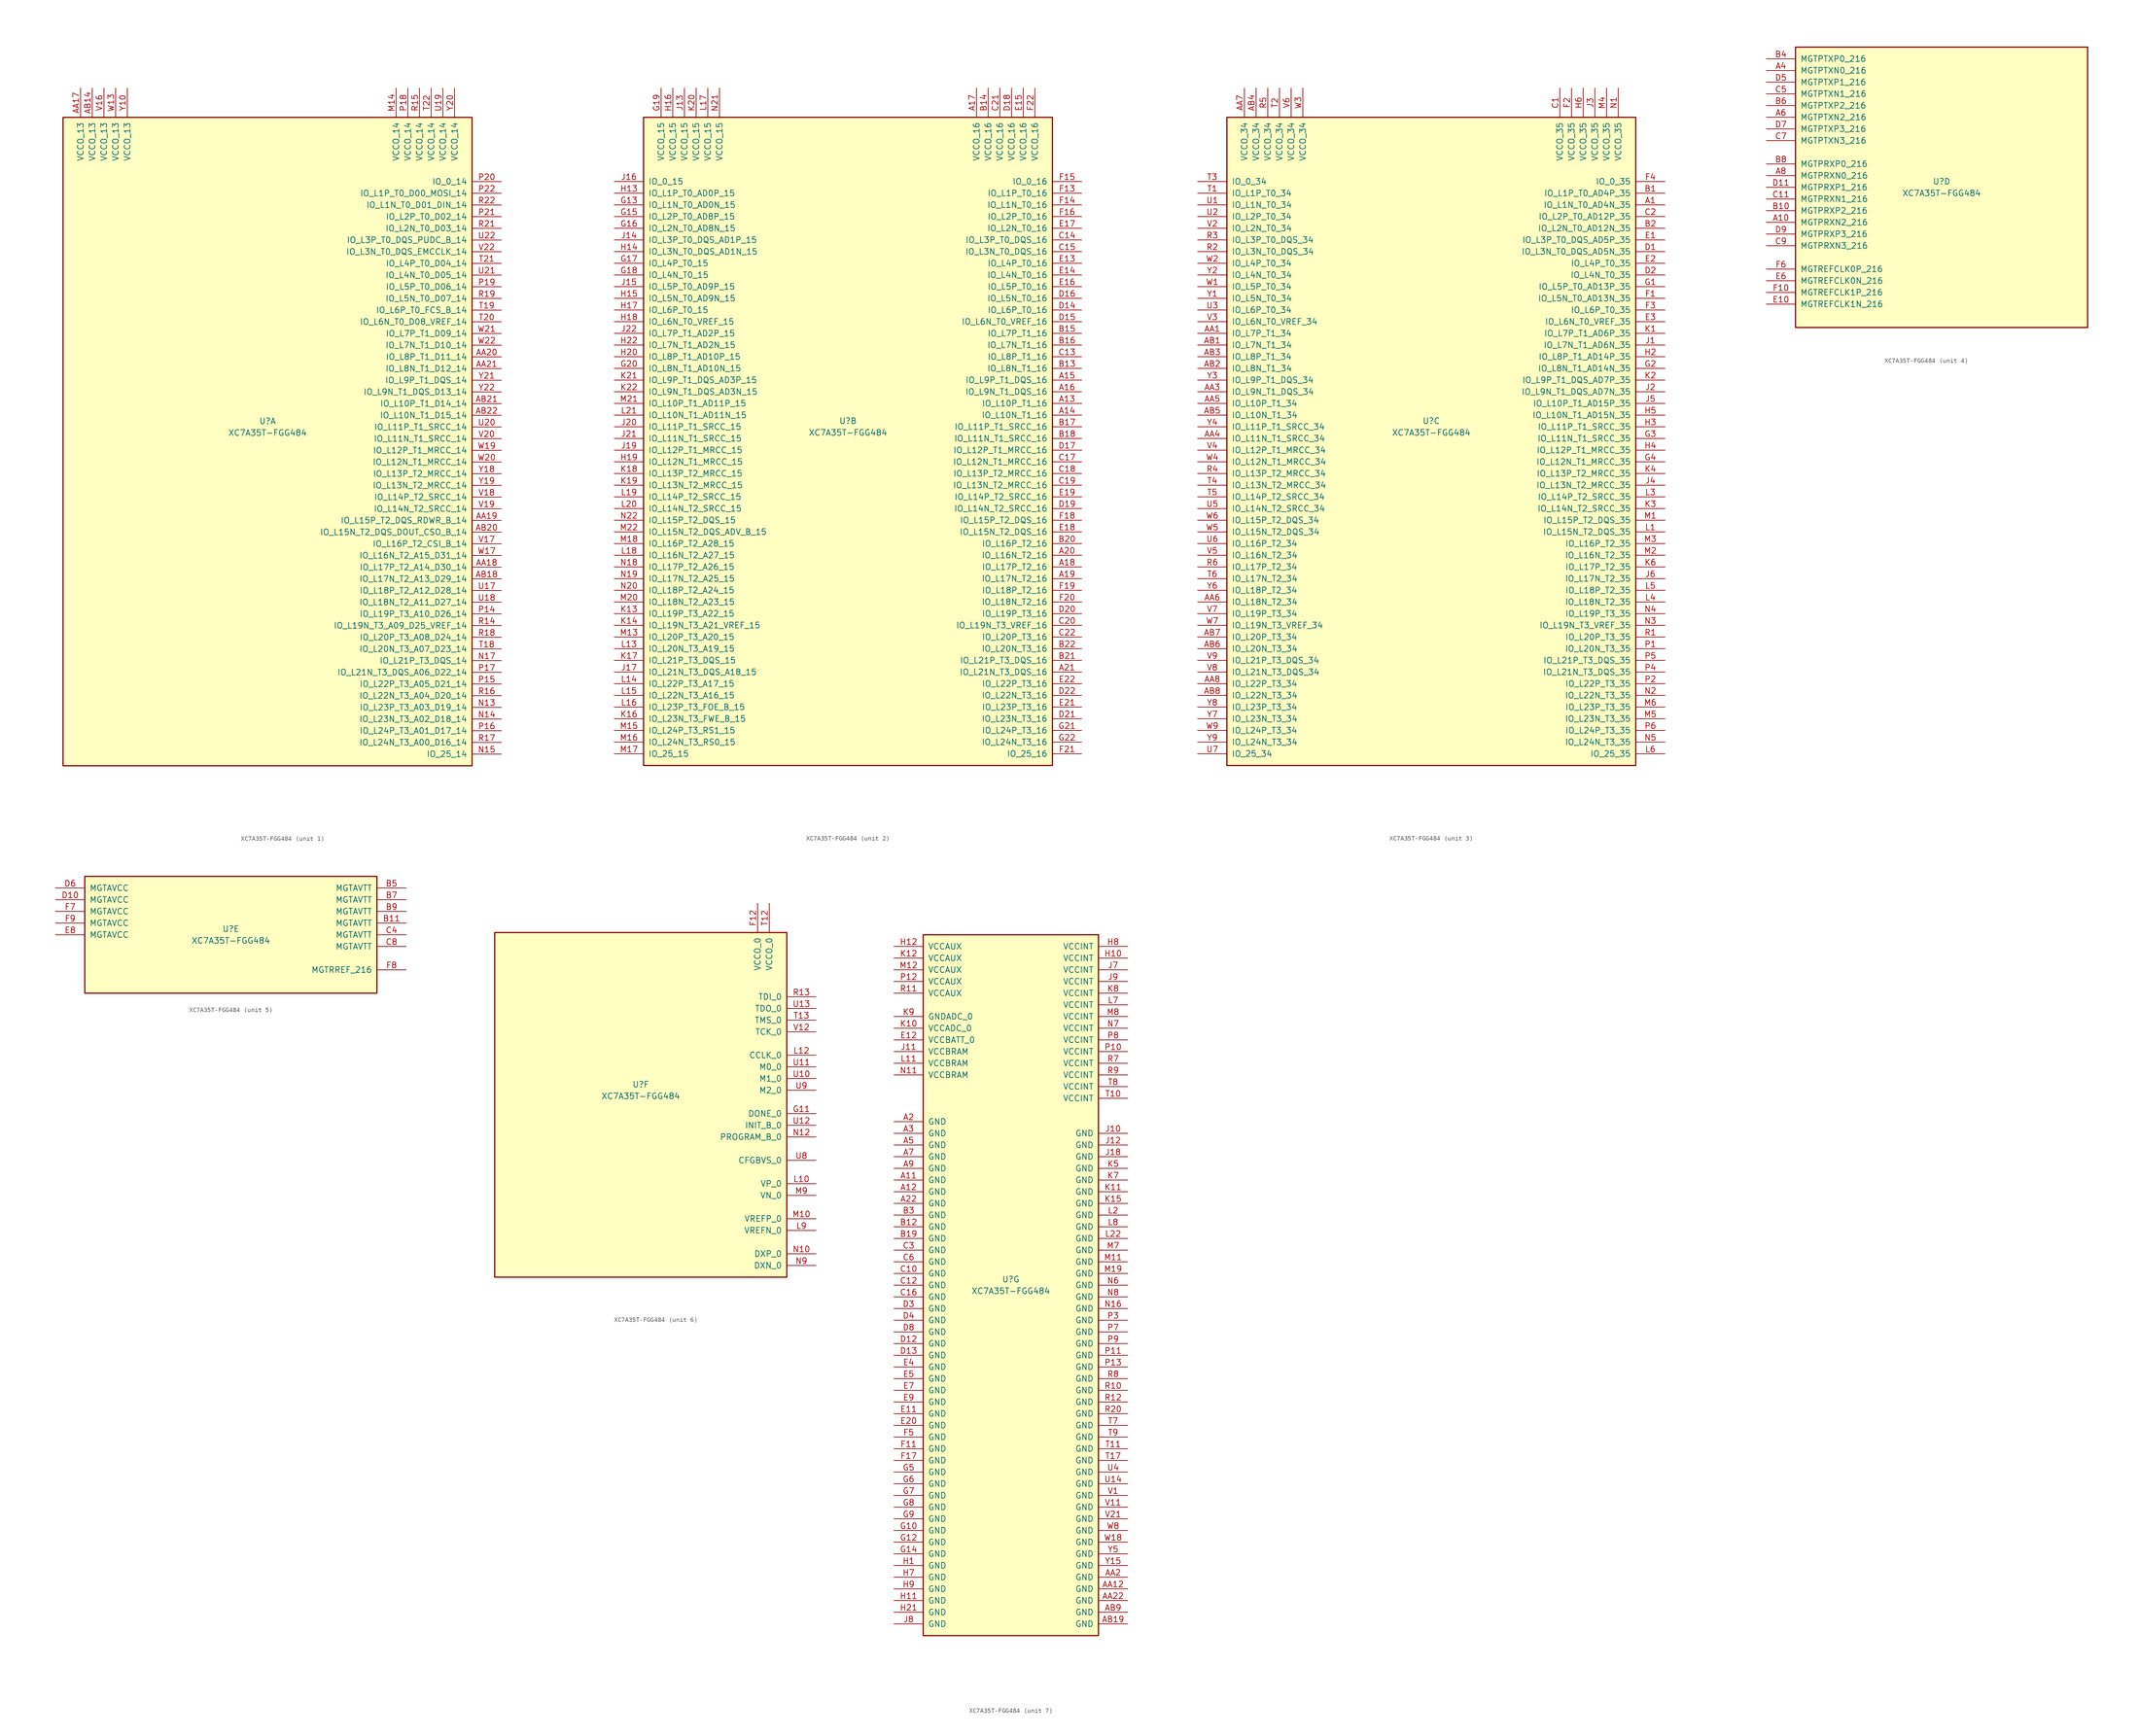
<source format=kicad_sym>
(kicad_symbol_lib
  (version 20211014)
  (generator kicad_symbol_editor)
  (symbol "XC7A35T-FGG484"
    (pin_names
      (offset 1.016))
    (property "Reference" "U"
      (at 0 1.27 0)
      (effects (font (size 1.27 1.27))))
    (property "Value" "XC7A35T-FGG484"
      (at 0 -1.27 0)
      (effects (font (size 1.27 1.27))))
    (property "Datasheet" ""
      (at 0 0 0)
      (effects (font (size 1.27 1.27))))
    (property "ki_locked" ""
      (at 0 0 0)
      (effects (font (size 1.27 1.27))))
    (symbol "XC7A35T-FGG484_1_1"
      (rectangle (start -44.45 67.31) (end 44.45 -73.66) (stroke (width 0.254) (type default) (color 0 0 0 0)) (fill (type background)))
      (pin power_in line (at -40.64 73.66 270) (length 6.35) (name "VCCO_13" (effects (font (size 1.27 1.27)))) (number "AA17" (effects (font (size 1.27 1.27)))))
      (pin bidirectional line (at 50.8 -30.48 180) (length 6.35) (name "IO_L17P_T2_A14_D30_14" (effects (font (size 1.27 1.27)))) (number "AA18" (effects (font (size 1.27 1.27)))))
      (pin bidirectional line (at 50.8 -20.32 180) (length 6.35) (name "IO_L15P_T2_DQS_RDWR_B_14" (effects (font (size 1.27 1.27)))) (number "AA19" (effects (font (size 1.27 1.27)))))
      (pin bidirectional line (at 50.8 15.24 180) (length 6.35) (name "IO_L8P_T1_D11_14" (effects (font (size 1.27 1.27)))) (number "AA20" (effects (font (size 1.27 1.27)))))
      (pin bidirectional line (at 50.8 12.7 180) (length 6.35) (name "IO_L8N_T1_D12_14" (effects (font (size 1.27 1.27)))) (number "AA21" (effects (font (size 1.27 1.27)))))
      (pin power_in line (at -38.1 73.66 270) (length 6.35) (name "VCCO_13" (effects (font (size 1.27 1.27)))) (number "AB14" (effects (font (size 1.27 1.27)))))
      (pin bidirectional line (at 50.8 -33.02 180) (length 6.35) (name "IO_L17N_T2_A13_D29_14" (effects (font (size 1.27 1.27)))) (number "AB18" (effects (font (size 1.27 1.27)))))
      (pin bidirectional line (at 50.8 -22.86 180) (length 6.35) (name "IO_L15N_T2_DQS_DOUT_CSO_B_14" (effects (font (size 1.27 1.27)))) (number "AB20" (effects (font (size 1.27 1.27)))))
      (pin bidirectional line (at 50.8 5.08 180) (length 6.35) (name "IO_L10P_T1_D14_14" (effects (font (size 1.27 1.27)))) (number "AB21" (effects (font (size 1.27 1.27)))))
      (pin bidirectional line (at 50.8 2.54 180) (length 6.35) (name "IO_L10N_T1_D15_14" (effects (font (size 1.27 1.27)))) (number "AB22" (effects (font (size 1.27 1.27)))))
      (pin power_in line (at 27.94 73.66 270) (length 6.35) (name "VCCO_14" (effects (font (size 1.27 1.27)))) (number "M14" (effects (font (size 1.27 1.27)))))
      (pin bidirectional line (at 50.8 -60.96 180) (length 6.35) (name "IO_L23P_T3_A03_D19_14" (effects (font (size 1.27 1.27)))) (number "N13" (effects (font (size 1.27 1.27)))))
      (pin bidirectional line (at 50.8 -63.5 180) (length 6.35) (name "IO_L23N_T3_A02_D18_14" (effects (font (size 1.27 1.27)))) (number "N14" (effects (font (size 1.27 1.27)))))
      (pin bidirectional line (at 50.8 -71.12 180) (length 6.35) (name "IO_25_14" (effects (font (size 1.27 1.27)))) (number "N15" (effects (font (size 1.27 1.27)))))
      (pin bidirectional line (at 50.8 -50.8 180) (length 6.35) (name "IO_L21P_T3_DQS_14" (effects (font (size 1.27 1.27)))) (number "N17" (effects (font (size 1.27 1.27)))))
      (pin bidirectional line (at 50.8 -40.64 180) (length 6.35) (name "IO_L19P_T3_A10_D26_14" (effects (font (size 1.27 1.27)))) (number "P14" (effects (font (size 1.27 1.27)))))
      (pin bidirectional line (at 50.8 -55.88 180) (length 6.35) (name "IO_L22P_T3_A05_D21_14" (effects (font (size 1.27 1.27)))) (number "P15" (effects (font (size 1.27 1.27)))))
      (pin bidirectional line (at 50.8 -66.04 180) (length 6.35) (name "IO_L24P_T3_A01_D17_14" (effects (font (size 1.27 1.27)))) (number "P16" (effects (font (size 1.27 1.27)))))
      (pin bidirectional line (at 50.8 -53.34 180) (length 6.35) (name "IO_L21N_T3_DQS_A06_D22_14" (effects (font (size 1.27 1.27)))) (number "P17" (effects (font (size 1.27 1.27)))))
      (pin power_in line (at 30.48 73.66 270) (length 6.35) (name "VCCO_14" (effects (font (size 1.27 1.27)))) (number "P18" (effects (font (size 1.27 1.27)))))
      (pin bidirectional line (at 50.8 30.48 180) (length 6.35) (name "IO_L5P_T0_D06_14" (effects (font (size 1.27 1.27)))) (number "P19" (effects (font (size 1.27 1.27)))))
      (pin bidirectional line (at 50.8 53.34 180) (length 6.35) (name "IO_0_14" (effects (font (size 1.27 1.27)))) (number "P20" (effects (font (size 1.27 1.27)))))
      (pin bidirectional line (at 50.8 45.72 180) (length 6.35) (name "IO_L2P_T0_D02_14" (effects (font (size 1.27 1.27)))) (number "P21" (effects (font (size 1.27 1.27)))))
      (pin bidirectional line (at 50.8 50.8 180) (length 6.35) (name "IO_L1P_T0_D00_MOSI_14" (effects (font (size 1.27 1.27)))) (number "P22" (effects (font (size 1.27 1.27)))))
      (pin bidirectional line (at 50.8 -43.18 180) (length 6.35) (name "IO_L19N_T3_A09_D25_VREF_14" (effects (font (size 1.27 1.27)))) (number "R14" (effects (font (size 1.27 1.27)))))
      (pin power_in line (at 33.02 73.66 270) (length 6.35) (name "VCCO_14" (effects (font (size 1.27 1.27)))) (number "R15" (effects (font (size 1.27 1.27)))))
      (pin bidirectional line (at 50.8 -58.42 180) (length 6.35) (name "IO_L22N_T3_A04_D20_14" (effects (font (size 1.27 1.27)))) (number "R16" (effects (font (size 1.27 1.27)))))
      (pin bidirectional line (at 50.8 -68.58 180) (length 6.35) (name "IO_L24N_T3_A00_D16_14" (effects (font (size 1.27 1.27)))) (number "R17" (effects (font (size 1.27 1.27)))))
      (pin bidirectional line (at 50.8 -45.72 180) (length 6.35) (name "IO_L20P_T3_A08_D24_14" (effects (font (size 1.27 1.27)))) (number "R18" (effects (font (size 1.27 1.27)))))
      (pin bidirectional line (at 50.8 27.94 180) (length 6.35) (name "IO_L5N_T0_D07_14" (effects (font (size 1.27 1.27)))) (number "R19" (effects (font (size 1.27 1.27)))))
      (pin bidirectional line (at 50.8 43.18 180) (length 6.35) (name "IO_L2N_T0_D03_14" (effects (font (size 1.27 1.27)))) (number "R21" (effects (font (size 1.27 1.27)))))
      (pin bidirectional line (at 50.8 48.26 180) (length 6.35) (name "IO_L1N_T0_D01_DIN_14" (effects (font (size 1.27 1.27)))) (number "R22" (effects (font (size 1.27 1.27)))))
      (pin bidirectional line (at 50.8 -48.26 180) (length 6.35) (name "IO_L20N_T3_A07_D23_14" (effects (font (size 1.27 1.27)))) (number "T18" (effects (font (size 1.27 1.27)))))
      (pin bidirectional line (at 50.8 25.4 180) (length 6.35) (name "IO_L6P_T0_FCS_B_14" (effects (font (size 1.27 1.27)))) (number "T19" (effects (font (size 1.27 1.27)))))
      (pin bidirectional line (at 50.8 22.86 180) (length 6.35) (name "IO_L6N_T0_D08_VREF_14" (effects (font (size 1.27 1.27)))) (number "T20" (effects (font (size 1.27 1.27)))))
      (pin bidirectional line (at 50.8 35.56 180) (length 6.35) (name "IO_L4P_T0_D04_14" (effects (font (size 1.27 1.27)))) (number "T21" (effects (font (size 1.27 1.27)))))
      (pin power_in line (at 35.56 73.66 270) (length 6.35) (name "VCCO_14" (effects (font (size 1.27 1.27)))) (number "T22" (effects (font (size 1.27 1.27)))))
      (pin bidirectional line (at 50.8 -35.56 180) (length 6.35) (name "IO_L18P_T2_A12_D28_14" (effects (font (size 1.27 1.27)))) (number "U17" (effects (font (size 1.27 1.27)))))
      (pin bidirectional line (at 50.8 -38.1 180) (length 6.35) (name "IO_L18N_T2_A11_D27_14" (effects (font (size 1.27 1.27)))) (number "U18" (effects (font (size 1.27 1.27)))))
      (pin power_in line (at 38.1 73.66 270) (length 6.35) (name "VCCO_14" (effects (font (size 1.27 1.27)))) (number "U19" (effects (font (size 1.27 1.27)))))
      (pin bidirectional line (at 50.8 0 180) (length 6.35) (name "IO_L11P_T1_SRCC_14" (effects (font (size 1.27 1.27)))) (number "U20" (effects (font (size 1.27 1.27)))))
      (pin bidirectional line (at 50.8 33.02 180) (length 6.35) (name "IO_L4N_T0_D05_14" (effects (font (size 1.27 1.27)))) (number "U21" (effects (font (size 1.27 1.27)))))
      (pin bidirectional line (at 50.8 40.64 180) (length 6.35) (name "IO_L3P_T0_DQS_PUDC_B_14" (effects (font (size 1.27 1.27)))) (number "U22" (effects (font (size 1.27 1.27)))))
      (pin power_in line (at -35.56 73.66 270) (length 6.35) (name "VCCO_13" (effects (font (size 1.27 1.27)))) (number "V16" (effects (font (size 1.27 1.27)))))
      (pin bidirectional line (at 50.8 -25.4 180) (length 6.35) (name "IO_L16P_T2_CSI_B_14" (effects (font (size 1.27 1.27)))) (number "V17" (effects (font (size 1.27 1.27)))))
      (pin bidirectional line (at 50.8 -15.24 180) (length 6.35) (name "IO_L14P_T2_SRCC_14" (effects (font (size 1.27 1.27)))) (number "V18" (effects (font (size 1.27 1.27)))))
      (pin bidirectional line (at 50.8 -17.78 180) (length 6.35) (name "IO_L14N_T2_SRCC_14" (effects (font (size 1.27 1.27)))) (number "V19" (effects (font (size 1.27 1.27)))))
      (pin bidirectional line (at 50.8 -2.54 180) (length 6.35) (name "IO_L11N_T1_SRCC_14" (effects (font (size 1.27 1.27)))) (number "V20" (effects (font (size 1.27 1.27)))))
      (pin bidirectional line (at 50.8 38.1 180) (length 6.35) (name "IO_L3N_T0_DQS_EMCCLK_14" (effects (font (size 1.27 1.27)))) (number "V22" (effects (font (size 1.27 1.27)))))
      (pin power_in line (at -33.02 73.66 270) (length 6.35) (name "VCCO_13" (effects (font (size 1.27 1.27)))) (number "W13" (effects (font (size 1.27 1.27)))))
      (pin bidirectional line (at 50.8 -27.94 180) (length 6.35) (name "IO_L16N_T2_A15_D31_14" (effects (font (size 1.27 1.27)))) (number "W17" (effects (font (size 1.27 1.27)))))
      (pin bidirectional line (at 50.8 -5.08 180) (length 6.35) (name "IO_L12P_T1_MRCC_14" (effects (font (size 1.27 1.27)))) (number "W19" (effects (font (size 1.27 1.27)))))
      (pin bidirectional line (at 50.8 -7.62 180) (length 6.35) (name "IO_L12N_T1_MRCC_14" (effects (font (size 1.27 1.27)))) (number "W20" (effects (font (size 1.27 1.27)))))
      (pin bidirectional line (at 50.8 20.32 180) (length 6.35) (name "IO_L7P_T1_D09_14" (effects (font (size 1.27 1.27)))) (number "W21" (effects (font (size 1.27 1.27)))))
      (pin bidirectional line (at 50.8 17.78 180) (length 6.35) (name "IO_L7N_T1_D10_14" (effects (font (size 1.27 1.27)))) (number "W22" (effects (font (size 1.27 1.27)))))
      (pin power_in line (at -30.48 73.66 270) (length 6.35) (name "VCCO_13" (effects (font (size 1.27 1.27)))) (number "Y10" (effects (font (size 1.27 1.27)))))
      (pin bidirectional line (at 50.8 -10.16 180) (length 6.35) (name "IO_L13P_T2_MRCC_14" (effects (font (size 1.27 1.27)))) (number "Y18" (effects (font (size 1.27 1.27)))))
      (pin bidirectional line (at 50.8 -12.7 180) (length 6.35) (name "IO_L13N_T2_MRCC_14" (effects (font (size 1.27 1.27)))) (number "Y19" (effects (font (size 1.27 1.27)))))
      (pin power_in line (at 40.64 73.66 270) (length 6.35) (name "VCCO_14" (effects (font (size 1.27 1.27)))) (number "Y20" (effects (font (size 1.27 1.27)))))
      (pin bidirectional line (at 50.8 10.16 180) (length 6.35) (name "IO_L9P_T1_DQS_14" (effects (font (size 1.27 1.27)))) (number "Y21" (effects (font (size 1.27 1.27)))))
      (pin bidirectional line (at 50.8 7.62 180) (length 6.35) (name "IO_L9N_T1_DQS_D13_14" (effects (font (size 1.27 1.27)))) (number "Y22" (effects (font (size 1.27 1.27))))))
    (symbol "XC7A35T-FGG484_2_1"
      (rectangle (start -44.45 67.31) (end 44.45 -73.66) (stroke (width 0.254) (type default) (color 0 0 0 0)) (fill (type background)))
      (pin bidirectional line (at 50.8 5.08 180) (length 6.35) (name "IO_L10P_T1_16" (effects (font (size 1.27 1.27)))) (number "A13" (effects (font (size 1.27 1.27)))))
      (pin bidirectional line (at 50.8 2.54 180) (length 6.35) (name "IO_L10N_T1_16" (effects (font (size 1.27 1.27)))) (number "A14" (effects (font (size 1.27 1.27)))))
      (pin bidirectional line (at 50.8 10.16 180) (length 6.35) (name "IO_L9P_T1_DQS_16" (effects (font (size 1.27 1.27)))) (number "A15" (effects (font (size 1.27 1.27)))))
      (pin bidirectional line (at 50.8 7.62 180) (length 6.35) (name "IO_L9N_T1_DQS_16" (effects (font (size 1.27 1.27)))) (number "A16" (effects (font (size 1.27 1.27)))))
      (pin power_in line (at 27.94 73.66 270) (length 6.35) (name "VCCO_16" (effects (font (size 1.27 1.27)))) (number "A17" (effects (font (size 1.27 1.27)))))
      (pin bidirectional line (at 50.8 -30.48 180) (length 6.35) (name "IO_L17P_T2_16" (effects (font (size 1.27 1.27)))) (number "A18" (effects (font (size 1.27 1.27)))))
      (pin bidirectional line (at 50.8 -33.02 180) (length 6.35) (name "IO_L17N_T2_16" (effects (font (size 1.27 1.27)))) (number "A19" (effects (font (size 1.27 1.27)))))
      (pin bidirectional line (at 50.8 -27.94 180) (length 6.35) (name "IO_L16N_T2_16" (effects (font (size 1.27 1.27)))) (number "A20" (effects (font (size 1.27 1.27)))))
      (pin bidirectional line (at 50.8 -53.34 180) (length 6.35) (name "IO_L21N_T3_DQS_16" (effects (font (size 1.27 1.27)))) (number "A21" (effects (font (size 1.27 1.27)))))
      (pin bidirectional line (at 50.8 12.7 180) (length 6.35) (name "IO_L8N_T1_16" (effects (font (size 1.27 1.27)))) (number "B13" (effects (font (size 1.27 1.27)))))
      (pin power_in line (at 30.48 73.66 270) (length 6.35) (name "VCCO_16" (effects (font (size 1.27 1.27)))) (number "B14" (effects (font (size 1.27 1.27)))))
      (pin bidirectional line (at 50.8 20.32 180) (length 6.35) (name "IO_L7P_T1_16" (effects (font (size 1.27 1.27)))) (number "B15" (effects (font (size 1.27 1.27)))))
      (pin bidirectional line (at 50.8 17.78 180) (length 6.35) (name "IO_L7N_T1_16" (effects (font (size 1.27 1.27)))) (number "B16" (effects (font (size 1.27 1.27)))))
      (pin bidirectional line (at 50.8 0 180) (length 6.35) (name "IO_L11P_T1_SRCC_16" (effects (font (size 1.27 1.27)))) (number "B17" (effects (font (size 1.27 1.27)))))
      (pin bidirectional line (at 50.8 -2.54 180) (length 6.35) (name "IO_L11N_T1_SRCC_16" (effects (font (size 1.27 1.27)))) (number "B18" (effects (font (size 1.27 1.27)))))
      (pin bidirectional line (at 50.8 -25.4 180) (length 6.35) (name "IO_L16P_T2_16" (effects (font (size 1.27 1.27)))) (number "B20" (effects (font (size 1.27 1.27)))))
      (pin bidirectional line (at 50.8 -50.8 180) (length 6.35) (name "IO_L21P_T3_DQS_16" (effects (font (size 1.27 1.27)))) (number "B21" (effects (font (size 1.27 1.27)))))
      (pin bidirectional line (at 50.8 -48.26 180) (length 6.35) (name "IO_L20N_T3_16" (effects (font (size 1.27 1.27)))) (number "B22" (effects (font (size 1.27 1.27)))))
      (pin bidirectional line (at 50.8 15.24 180) (length 6.35) (name "IO_L8P_T1_16" (effects (font (size 1.27 1.27)))) (number "C13" (effects (font (size 1.27 1.27)))))
      (pin bidirectional line (at 50.8 40.64 180) (length 6.35) (name "IO_L3P_T0_DQS_16" (effects (font (size 1.27 1.27)))) (number "C14" (effects (font (size 1.27 1.27)))))
      (pin bidirectional line (at 50.8 38.1 180) (length 6.35) (name "IO_L3N_T0_DQS_16" (effects (font (size 1.27 1.27)))) (number "C15" (effects (font (size 1.27 1.27)))))
      (pin bidirectional line (at 50.8 -7.62 180) (length 6.35) (name "IO_L12N_T1_MRCC_16" (effects (font (size 1.27 1.27)))) (number "C17" (effects (font (size 1.27 1.27)))))
      (pin bidirectional line (at 50.8 -10.16 180) (length 6.35) (name "IO_L13P_T2_MRCC_16" (effects (font (size 1.27 1.27)))) (number "C18" (effects (font (size 1.27 1.27)))))
      (pin bidirectional line (at 50.8 -12.7 180) (length 6.35) (name "IO_L13N_T2_MRCC_16" (effects (font (size 1.27 1.27)))) (number "C19" (effects (font (size 1.27 1.27)))))
      (pin bidirectional line (at 50.8 -43.18 180) (length 6.35) (name "IO_L19N_T3_VREF_16" (effects (font (size 1.27 1.27)))) (number "C20" (effects (font (size 1.27 1.27)))))
      (pin power_in line (at 33.02 73.66 270) (length 6.35) (name "VCCO_16" (effects (font (size 1.27 1.27)))) (number "C21" (effects (font (size 1.27 1.27)))))
      (pin bidirectional line (at 50.8 -45.72 180) (length 6.35) (name "IO_L20P_T3_16" (effects (font (size 1.27 1.27)))) (number "C22" (effects (font (size 1.27 1.27)))))
      (pin bidirectional line (at 50.8 25.4 180) (length 6.35) (name "IO_L6P_T0_16" (effects (font (size 1.27 1.27)))) (number "D14" (effects (font (size 1.27 1.27)))))
      (pin bidirectional line (at 50.8 22.86 180) (length 6.35) (name "IO_L6N_T0_VREF_16" (effects (font (size 1.27 1.27)))) (number "D15" (effects (font (size 1.27 1.27)))))
      (pin bidirectional line (at 50.8 27.94 180) (length 6.35) (name "IO_L5N_T0_16" (effects (font (size 1.27 1.27)))) (number "D16" (effects (font (size 1.27 1.27)))))
      (pin bidirectional line (at 50.8 -5.08 180) (length 6.35) (name "IO_L12P_T1_MRCC_16" (effects (font (size 1.27 1.27)))) (number "D17" (effects (font (size 1.27 1.27)))))
      (pin power_in line (at 35.56 73.66 270) (length 6.35) (name "VCCO_16" (effects (font (size 1.27 1.27)))) (number "D18" (effects (font (size 1.27 1.27)))))
      (pin bidirectional line (at 50.8 -17.78 180) (length 6.35) (name "IO_L14N_T2_SRCC_16" (effects (font (size 1.27 1.27)))) (number "D19" (effects (font (size 1.27 1.27)))))
      (pin bidirectional line (at 50.8 -40.64 180) (length 6.35) (name "IO_L19P_T3_16" (effects (font (size 1.27 1.27)))) (number "D20" (effects (font (size 1.27 1.27)))))
      (pin bidirectional line (at 50.8 -63.5 180) (length 6.35) (name "IO_L23N_T3_16" (effects (font (size 1.27 1.27)))) (number "D21" (effects (font (size 1.27 1.27)))))
      (pin bidirectional line (at 50.8 -58.42 180) (length 6.35) (name "IO_L22N_T3_16" (effects (font (size 1.27 1.27)))) (number "D22" (effects (font (size 1.27 1.27)))))
      (pin bidirectional line (at 50.8 35.56 180) (length 6.35) (name "IO_L4P_T0_16" (effects (font (size 1.27 1.27)))) (number "E13" (effects (font (size 1.27 1.27)))))
      (pin bidirectional line (at 50.8 33.02 180) (length 6.35) (name "IO_L4N_T0_16" (effects (font (size 1.27 1.27)))) (number "E14" (effects (font (size 1.27 1.27)))))
      (pin power_in line (at 38.1 73.66 270) (length 6.35) (name "VCCO_16" (effects (font (size 1.27 1.27)))) (number "E15" (effects (font (size 1.27 1.27)))))
      (pin bidirectional line (at 50.8 30.48 180) (length 6.35) (name "IO_L5P_T0_16" (effects (font (size 1.27 1.27)))) (number "E16" (effects (font (size 1.27 1.27)))))
      (pin bidirectional line (at 50.8 43.18 180) (length 6.35) (name "IO_L2N_T0_16" (effects (font (size 1.27 1.27)))) (number "E17" (effects (font (size 1.27 1.27)))))
      (pin bidirectional line (at 50.8 -22.86 180) (length 6.35) (name "IO_L15N_T2_DQS_16" (effects (font (size 1.27 1.27)))) (number "E18" (effects (font (size 1.27 1.27)))))
      (pin bidirectional line (at 50.8 -15.24 180) (length 6.35) (name "IO_L14P_T2_SRCC_16" (effects (font (size 1.27 1.27)))) (number "E19" (effects (font (size 1.27 1.27)))))
      (pin bidirectional line (at 50.8 -60.96 180) (length 6.35) (name "IO_L23P_T3_16" (effects (font (size 1.27 1.27)))) (number "E21" (effects (font (size 1.27 1.27)))))
      (pin bidirectional line (at 50.8 -55.88 180) (length 6.35) (name "IO_L22P_T3_16" (effects (font (size 1.27 1.27)))) (number "E22" (effects (font (size 1.27 1.27)))))
      (pin bidirectional line (at 50.8 50.8 180) (length 6.35) (name "IO_L1P_T0_16" (effects (font (size 1.27 1.27)))) (number "F13" (effects (font (size 1.27 1.27)))))
      (pin bidirectional line (at 50.8 48.26 180) (length 6.35) (name "IO_L1N_T0_16" (effects (font (size 1.27 1.27)))) (number "F14" (effects (font (size 1.27 1.27)))))
      (pin bidirectional line (at 50.8 53.34 180) (length 6.35) (name "IO_0_16" (effects (font (size 1.27 1.27)))) (number "F15" (effects (font (size 1.27 1.27)))))
      (pin bidirectional line (at 50.8 45.72 180) (length 6.35) (name "IO_L2P_T0_16" (effects (font (size 1.27 1.27)))) (number "F16" (effects (font (size 1.27 1.27)))))
      (pin bidirectional line (at 50.8 -20.32 180) (length 6.35) (name "IO_L15P_T2_DQS_16" (effects (font (size 1.27 1.27)))) (number "F18" (effects (font (size 1.27 1.27)))))
      (pin bidirectional line (at 50.8 -35.56 180) (length 6.35) (name "IO_L18P_T2_16" (effects (font (size 1.27 1.27)))) (number "F19" (effects (font (size 1.27 1.27)))))
      (pin bidirectional line (at 50.8 -38.1 180) (length 6.35) (name "IO_L18N_T2_16" (effects (font (size 1.27 1.27)))) (number "F20" (effects (font (size 1.27 1.27)))))
      (pin bidirectional line (at 50.8 -71.12 180) (length 6.35) (name "IO_25_16" (effects (font (size 1.27 1.27)))) (number "F21" (effects (font (size 1.27 1.27)))))
      (pin power_in line (at 40.64 73.66 270) (length 6.35) (name "VCCO_16" (effects (font (size 1.27 1.27)))) (number "F22" (effects (font (size 1.27 1.27)))))
      (pin bidirectional line (at -50.8 48.26 0) (length 6.35) (name "IO_L1N_T0_AD0N_15" (effects (font (size 1.27 1.27)))) (number "G13" (effects (font (size 1.27 1.27)))))
      (pin bidirectional line (at -50.8 45.72 0) (length 6.35) (name "IO_L2P_T0_AD8P_15" (effects (font (size 1.27 1.27)))) (number "G15" (effects (font (size 1.27 1.27)))))
      (pin bidirectional line (at -50.8 43.18 0) (length 6.35) (name "IO_L2N_T0_AD8N_15" (effects (font (size 1.27 1.27)))) (number "G16" (effects (font (size 1.27 1.27)))))
      (pin bidirectional line (at -50.8 35.56 0) (length 6.35) (name "IO_L4P_T0_15" (effects (font (size 1.27 1.27)))) (number "G17" (effects (font (size 1.27 1.27)))))
      (pin bidirectional line (at -50.8 33.02 0) (length 6.35) (name "IO_L4N_T0_15" (effects (font (size 1.27 1.27)))) (number "G18" (effects (font (size 1.27 1.27)))))
      (pin power_in line (at -40.64 73.66 270) (length 6.35) (name "VCCO_15" (effects (font (size 1.27 1.27)))) (number "G19" (effects (font (size 1.27 1.27)))))
      (pin bidirectional line (at -50.8 12.7 0) (length 6.35) (name "IO_L8N_T1_AD10N_15" (effects (font (size 1.27 1.27)))) (number "G20" (effects (font (size 1.27 1.27)))))
      (pin bidirectional line (at 50.8 -66.04 180) (length 6.35) (name "IO_L24P_T3_16" (effects (font (size 1.27 1.27)))) (number "G21" (effects (font (size 1.27 1.27)))))
      (pin bidirectional line (at 50.8 -68.58 180) (length 6.35) (name "IO_L24N_T3_16" (effects (font (size 1.27 1.27)))) (number "G22" (effects (font (size 1.27 1.27)))))
      (pin bidirectional line (at -50.8 50.8 0) (length 6.35) (name "IO_L1P_T0_AD0P_15" (effects (font (size 1.27 1.27)))) (number "H13" (effects (font (size 1.27 1.27)))))
      (pin bidirectional line (at -50.8 38.1 0) (length 6.35) (name "IO_L3N_T0_DQS_AD1N_15" (effects (font (size 1.27 1.27)))) (number "H14" (effects (font (size 1.27 1.27)))))
      (pin bidirectional line (at -50.8 27.94 0) (length 6.35) (name "IO_L5N_T0_AD9N_15" (effects (font (size 1.27 1.27)))) (number "H15" (effects (font (size 1.27 1.27)))))
      (pin power_in line (at -38.1 73.66 270) (length 6.35) (name "VCCO_15" (effects (font (size 1.27 1.27)))) (number "H16" (effects (font (size 1.27 1.27)))))
      (pin bidirectional line (at -50.8 25.4 0) (length 6.35) (name "IO_L6P_T0_15" (effects (font (size 1.27 1.27)))) (number "H17" (effects (font (size 1.27 1.27)))))
      (pin bidirectional line (at -50.8 22.86 0) (length 6.35) (name "IO_L6N_T0_VREF_15" (effects (font (size 1.27 1.27)))) (number "H18" (effects (font (size 1.27 1.27)))))
      (pin bidirectional line (at -50.8 -7.62 0) (length 6.35) (name "IO_L12N_T1_MRCC_15" (effects (font (size 1.27 1.27)))) (number "H19" (effects (font (size 1.27 1.27)))))
      (pin bidirectional line (at -50.8 15.24 0) (length 6.35) (name "IO_L8P_T1_AD10P_15" (effects (font (size 1.27 1.27)))) (number "H20" (effects (font (size 1.27 1.27)))))
      (pin bidirectional line (at -50.8 17.78 0) (length 6.35) (name "IO_L7N_T1_AD2N_15" (effects (font (size 1.27 1.27)))) (number "H22" (effects (font (size 1.27 1.27)))))
      (pin power_in line (at -35.56 73.66 270) (length 6.35) (name "VCCO_15" (effects (font (size 1.27 1.27)))) (number "J13" (effects (font (size 1.27 1.27)))))
      (pin bidirectional line (at -50.8 40.64 0) (length 6.35) (name "IO_L3P_T0_DQS_AD1P_15" (effects (font (size 1.27 1.27)))) (number "J14" (effects (font (size 1.27 1.27)))))
      (pin bidirectional line (at -50.8 30.48 0) (length 6.35) (name "IO_L5P_T0_AD9P_15" (effects (font (size 1.27 1.27)))) (number "J15" (effects (font (size 1.27 1.27)))))
      (pin bidirectional line (at -50.8 53.34 0) (length 6.35) (name "IO_0_15" (effects (font (size 1.27 1.27)))) (number "J16" (effects (font (size 1.27 1.27)))))
      (pin bidirectional line (at -50.8 -53.34 0) (length 6.35) (name "IO_L21N_T3_DQS_A18_15" (effects (font (size 1.27 1.27)))) (number "J17" (effects (font (size 1.27 1.27)))))
      (pin bidirectional line (at -50.8 -5.08 0) (length 6.35) (name "IO_L12P_T1_MRCC_15" (effects (font (size 1.27 1.27)))) (number "J19" (effects (font (size 1.27 1.27)))))
      (pin bidirectional line (at -50.8 0 0) (length 6.35) (name "IO_L11P_T1_SRCC_15" (effects (font (size 1.27 1.27)))) (number "J20" (effects (font (size 1.27 1.27)))))
      (pin bidirectional line (at -50.8 -2.54 0) (length 6.35) (name "IO_L11N_T1_SRCC_15" (effects (font (size 1.27 1.27)))) (number "J21" (effects (font (size 1.27 1.27)))))
      (pin bidirectional line (at -50.8 20.32 0) (length 6.35) (name "IO_L7P_T1_AD2P_15" (effects (font (size 1.27 1.27)))) (number "J22" (effects (font (size 1.27 1.27)))))
      (pin bidirectional line (at -50.8 -40.64 0) (length 6.35) (name "IO_L19P_T3_A22_15" (effects (font (size 1.27 1.27)))) (number "K13" (effects (font (size 1.27 1.27)))))
      (pin bidirectional line (at -50.8 -43.18 0) (length 6.35) (name "IO_L19N_T3_A21_VREF_15" (effects (font (size 1.27 1.27)))) (number "K14" (effects (font (size 1.27 1.27)))))
      (pin bidirectional line (at -50.8 -63.5 0) (length 6.35) (name "IO_L23N_T3_FWE_B_15" (effects (font (size 1.27 1.27)))) (number "K16" (effects (font (size 1.27 1.27)))))
      (pin bidirectional line (at -50.8 -50.8 0) (length 6.35) (name "IO_L21P_T3_DQS_15" (effects (font (size 1.27 1.27)))) (number "K17" (effects (font (size 1.27 1.27)))))
      (pin bidirectional line (at -50.8 -10.16 0) (length 6.35) (name "IO_L13P_T2_MRCC_15" (effects (font (size 1.27 1.27)))) (number "K18" (effects (font (size 1.27 1.27)))))
      (pin bidirectional line (at -50.8 -12.7 0) (length 6.35) (name "IO_L13N_T2_MRCC_15" (effects (font (size 1.27 1.27)))) (number "K19" (effects (font (size 1.27 1.27)))))
      (pin power_in line (at -33.02 73.66 270) (length 6.35) (name "VCCO_15" (effects (font (size 1.27 1.27)))) (number "K20" (effects (font (size 1.27 1.27)))))
      (pin bidirectional line (at -50.8 10.16 0) (length 6.35) (name "IO_L9P_T1_DQS_AD3P_15" (effects (font (size 1.27 1.27)))) (number "K21" (effects (font (size 1.27 1.27)))))
      (pin bidirectional line (at -50.8 7.62 0) (length 6.35) (name "IO_L9N_T1_DQS_AD3N_15" (effects (font (size 1.27 1.27)))) (number "K22" (effects (font (size 1.27 1.27)))))
      (pin bidirectional line (at -50.8 -48.26 0) (length 6.35) (name "IO_L20N_T3_A19_15" (effects (font (size 1.27 1.27)))) (number "L13" (effects (font (size 1.27 1.27)))))
      (pin bidirectional line (at -50.8 -55.88 0) (length 6.35) (name "IO_L22P_T3_A17_15" (effects (font (size 1.27 1.27)))) (number "L14" (effects (font (size 1.27 1.27)))))
      (pin bidirectional line (at -50.8 -58.42 0) (length 6.35) (name "IO_L22N_T3_A16_15" (effects (font (size 1.27 1.27)))) (number "L15" (effects (font (size 1.27 1.27)))))
      (pin bidirectional line (at -50.8 -60.96 0) (length 6.35) (name "IO_L23P_T3_FOE_B_15" (effects (font (size 1.27 1.27)))) (number "L16" (effects (font (size 1.27 1.27)))))
      (pin power_in line (at -30.48 73.66 270) (length 6.35) (name "VCCO_15" (effects (font (size 1.27 1.27)))) (number "L17" (effects (font (size 1.27 1.27)))))
      (pin bidirectional line (at -50.8 -27.94 0) (length 6.35) (name "IO_L16N_T2_A27_15" (effects (font (size 1.27 1.27)))) (number "L18" (effects (font (size 1.27 1.27)))))
      (pin bidirectional line (at -50.8 -15.24 0) (length 6.35) (name "IO_L14P_T2_SRCC_15" (effects (font (size 1.27 1.27)))) (number "L19" (effects (font (size 1.27 1.27)))))
      (pin bidirectional line (at -50.8 -17.78 0) (length 6.35) (name "IO_L14N_T2_SRCC_15" (effects (font (size 1.27 1.27)))) (number "L20" (effects (font (size 1.27 1.27)))))
      (pin bidirectional line (at -50.8 2.54 0) (length 6.35) (name "IO_L10N_T1_AD11N_15" (effects (font (size 1.27 1.27)))) (number "L21" (effects (font (size 1.27 1.27)))))
      (pin bidirectional line (at -50.8 -45.72 0) (length 6.35) (name "IO_L20P_T3_A20_15" (effects (font (size 1.27 1.27)))) (number "M13" (effects (font (size 1.27 1.27)))))
      (pin bidirectional line (at -50.8 -66.04 0) (length 6.35) (name "IO_L24P_T3_RS1_15" (effects (font (size 1.27 1.27)))) (number "M15" (effects (font (size 1.27 1.27)))))
      (pin bidirectional line (at -50.8 -68.58 0) (length 6.35) (name "IO_L24N_T3_RS0_15" (effects (font (size 1.27 1.27)))) (number "M16" (effects (font (size 1.27 1.27)))))
      (pin bidirectional line (at -50.8 -71.12 0) (length 6.35) (name "IO_25_15" (effects (font (size 1.27 1.27)))) (number "M17" (effects (font (size 1.27 1.27)))))
      (pin bidirectional line (at -50.8 -25.4 0) (length 6.35) (name "IO_L16P_T2_A28_15" (effects (font (size 1.27 1.27)))) (number "M18" (effects (font (size 1.27 1.27)))))
      (pin bidirectional line (at -50.8 -38.1 0) (length 6.35) (name "IO_L18N_T2_A23_15" (effects (font (size 1.27 1.27)))) (number "M20" (effects (font (size 1.27 1.27)))))
      (pin bidirectional line (at -50.8 5.08 0) (length 6.35) (name "IO_L10P_T1_AD11P_15" (effects (font (size 1.27 1.27)))) (number "M21" (effects (font (size 1.27 1.27)))))
      (pin bidirectional line (at -50.8 -22.86 0) (length 6.35) (name "IO_L15N_T2_DQS_ADV_B_15" (effects (font (size 1.27 1.27)))) (number "M22" (effects (font (size 1.27 1.27)))))
      (pin bidirectional line (at -50.8 -30.48 0) (length 6.35) (name "IO_L17P_T2_A26_15" (effects (font (size 1.27 1.27)))) (number "N18" (effects (font (size 1.27 1.27)))))
      (pin bidirectional line (at -50.8 -33.02 0) (length 6.35) (name "IO_L17N_T2_A25_15" (effects (font (size 1.27 1.27)))) (number "N19" (effects (font (size 1.27 1.27)))))
      (pin bidirectional line (at -50.8 -35.56 0) (length 6.35) (name "IO_L18P_T2_A24_15" (effects (font (size 1.27 1.27)))) (number "N20" (effects (font (size 1.27 1.27)))))
      (pin power_in line (at -27.94 73.66 270) (length 6.35) (name "VCCO_15" (effects (font (size 1.27 1.27)))) (number "N21" (effects (font (size 1.27 1.27)))))
      (pin bidirectional line (at -50.8 -20.32 0) (length 6.35) (name "IO_L15P_T2_DQS_15" (effects (font (size 1.27 1.27)))) (number "N22" (effects (font (size 1.27 1.27))))))
    (symbol "XC7A35T-FGG484_3_1"
      (rectangle (start -44.45 67.31) (end 44.45 -73.66) (stroke (width 0.254) (type default) (color 0 0 0 0)) (fill (type background)))
      (pin bidirectional line (at 50.8 48.26 180) (length 6.35) (name "IO_L1N_T0_AD4N_35" (effects (font (size 1.27 1.27)))) (number "A1" (effects (font (size 1.27 1.27)))))
      (pin bidirectional line (at -50.8 20.32 0) (length 6.35) (name "IO_L7P_T1_34" (effects (font (size 1.27 1.27)))) (number "AA1" (effects (font (size 1.27 1.27)))))
      (pin bidirectional line (at -50.8 7.62 0) (length 6.35) (name "IO_L9N_T1_DQS_34" (effects (font (size 1.27 1.27)))) (number "AA3" (effects (font (size 1.27 1.27)))))
      (pin bidirectional line (at -50.8 -2.54 0) (length 6.35) (name "IO_L11N_T1_SRCC_34" (effects (font (size 1.27 1.27)))) (number "AA4" (effects (font (size 1.27 1.27)))))
      (pin bidirectional line (at -50.8 5.08 0) (length 6.35) (name "IO_L10P_T1_34" (effects (font (size 1.27 1.27)))) (number "AA5" (effects (font (size 1.27 1.27)))))
      (pin bidirectional line (at -50.8 -38.1 0) (length 6.35) (name "IO_L18N_T2_34" (effects (font (size 1.27 1.27)))) (number "AA6" (effects (font (size 1.27 1.27)))))
      (pin power_in line (at -40.64 73.66 270) (length 6.35) (name "VCCO_34" (effects (font (size 1.27 1.27)))) (number "AA7" (effects (font (size 1.27 1.27)))))
      (pin bidirectional line (at -50.8 -55.88 0) (length 6.35) (name "IO_L22P_T3_34" (effects (font (size 1.27 1.27)))) (number "AA8" (effects (font (size 1.27 1.27)))))
      (pin bidirectional line (at -50.8 17.78 0) (length 6.35) (name "IO_L7N_T1_34" (effects (font (size 1.27 1.27)))) (number "AB1" (effects (font (size 1.27 1.27)))))
      (pin bidirectional line (at -50.8 12.7 0) (length 6.35) (name "IO_L8N_T1_34" (effects (font (size 1.27 1.27)))) (number "AB2" (effects (font (size 1.27 1.27)))))
      (pin bidirectional line (at -50.8 15.24 0) (length 6.35) (name "IO_L8P_T1_34" (effects (font (size 1.27 1.27)))) (number "AB3" (effects (font (size 1.27 1.27)))))
      (pin power_in line (at -38.1 73.66 270) (length 6.35) (name "VCCO_34" (effects (font (size 1.27 1.27)))) (number "AB4" (effects (font (size 1.27 1.27)))))
      (pin bidirectional line (at -50.8 2.54 0) (length 6.35) (name "IO_L10N_T1_34" (effects (font (size 1.27 1.27)))) (number "AB5" (effects (font (size 1.27 1.27)))))
      (pin bidirectional line (at -50.8 -48.26 0) (length 6.35) (name "IO_L20N_T3_34" (effects (font (size 1.27 1.27)))) (number "AB6" (effects (font (size 1.27 1.27)))))
      (pin bidirectional line (at -50.8 -45.72 0) (length 6.35) (name "IO_L20P_T3_34" (effects (font (size 1.27 1.27)))) (number "AB7" (effects (font (size 1.27 1.27)))))
      (pin bidirectional line (at -50.8 -58.42 0) (length 6.35) (name "IO_L22N_T3_34" (effects (font (size 1.27 1.27)))) (number "AB8" (effects (font (size 1.27 1.27)))))
      (pin bidirectional line (at 50.8 50.8 180) (length 6.35) (name "IO_L1P_T0_AD4P_35" (effects (font (size 1.27 1.27)))) (number "B1" (effects (font (size 1.27 1.27)))))
      (pin bidirectional line (at 50.8 43.18 180) (length 6.35) (name "IO_L2N_T0_AD12N_35" (effects (font (size 1.27 1.27)))) (number "B2" (effects (font (size 1.27 1.27)))))
      (pin power_in line (at 27.94 73.66 270) (length 6.35) (name "VCCO_35" (effects (font (size 1.27 1.27)))) (number "C1" (effects (font (size 1.27 1.27)))))
      (pin bidirectional line (at 50.8 45.72 180) (length 6.35) (name "IO_L2P_T0_AD12P_35" (effects (font (size 1.27 1.27)))) (number "C2" (effects (font (size 1.27 1.27)))))
      (pin bidirectional line (at 50.8 38.1 180) (length 6.35) (name "IO_L3N_T0_DQS_AD5N_35" (effects (font (size 1.27 1.27)))) (number "D1" (effects (font (size 1.27 1.27)))))
      (pin bidirectional line (at 50.8 33.02 180) (length 6.35) (name "IO_L4N_T0_35" (effects (font (size 1.27 1.27)))) (number "D2" (effects (font (size 1.27 1.27)))))
      (pin bidirectional line (at 50.8 40.64 180) (length 6.35) (name "IO_L3P_T0_DQS_AD5P_35" (effects (font (size 1.27 1.27)))) (number "E1" (effects (font (size 1.27 1.27)))))
      (pin bidirectional line (at 50.8 35.56 180) (length 6.35) (name "IO_L4P_T0_35" (effects (font (size 1.27 1.27)))) (number "E2" (effects (font (size 1.27 1.27)))))
      (pin bidirectional line (at 50.8 22.86 180) (length 6.35) (name "IO_L6N_T0_VREF_35" (effects (font (size 1.27 1.27)))) (number "E3" (effects (font (size 1.27 1.27)))))
      (pin bidirectional line (at 50.8 27.94 180) (length 6.35) (name "IO_L5N_T0_AD13N_35" (effects (font (size 1.27 1.27)))) (number "F1" (effects (font (size 1.27 1.27)))))
      (pin power_in line (at 30.48 73.66 270) (length 6.35) (name "VCCO_35" (effects (font (size 1.27 1.27)))) (number "F2" (effects (font (size 1.27 1.27)))))
      (pin bidirectional line (at 50.8 25.4 180) (length 6.35) (name "IO_L6P_T0_35" (effects (font (size 1.27 1.27)))) (number "F3" (effects (font (size 1.27 1.27)))))
      (pin bidirectional line (at 50.8 53.34 180) (length 6.35) (name "IO_0_35" (effects (font (size 1.27 1.27)))) (number "F4" (effects (font (size 1.27 1.27)))))
      (pin bidirectional line (at 50.8 30.48 180) (length 6.35) (name "IO_L5P_T0_AD13P_35" (effects (font (size 1.27 1.27)))) (number "G1" (effects (font (size 1.27 1.27)))))
      (pin bidirectional line (at 50.8 12.7 180) (length 6.35) (name "IO_L8N_T1_AD14N_35" (effects (font (size 1.27 1.27)))) (number "G2" (effects (font (size 1.27 1.27)))))
      (pin bidirectional line (at 50.8 -2.54 180) (length 6.35) (name "IO_L11N_T1_SRCC_35" (effects (font (size 1.27 1.27)))) (number "G3" (effects (font (size 1.27 1.27)))))
      (pin bidirectional line (at 50.8 -7.62 180) (length 6.35) (name "IO_L12N_T1_MRCC_35" (effects (font (size 1.27 1.27)))) (number "G4" (effects (font (size 1.27 1.27)))))
      (pin bidirectional line (at 50.8 15.24 180) (length 6.35) (name "IO_L8P_T1_AD14P_35" (effects (font (size 1.27 1.27)))) (number "H2" (effects (font (size 1.27 1.27)))))
      (pin bidirectional line (at 50.8 0 180) (length 6.35) (name "IO_L11P_T1_SRCC_35" (effects (font (size 1.27 1.27)))) (number "H3" (effects (font (size 1.27 1.27)))))
      (pin bidirectional line (at 50.8 -5.08 180) (length 6.35) (name "IO_L12P_T1_MRCC_35" (effects (font (size 1.27 1.27)))) (number "H4" (effects (font (size 1.27 1.27)))))
      (pin bidirectional line (at 50.8 2.54 180) (length 6.35) (name "IO_L10N_T1_AD15N_35" (effects (font (size 1.27 1.27)))) (number "H5" (effects (font (size 1.27 1.27)))))
      (pin power_in line (at 33.02 73.66 270) (length 6.35) (name "VCCO_35" (effects (font (size 1.27 1.27)))) (number "H6" (effects (font (size 1.27 1.27)))))
      (pin bidirectional line (at 50.8 17.78 180) (length 6.35) (name "IO_L7N_T1_AD6N_35" (effects (font (size 1.27 1.27)))) (number "J1" (effects (font (size 1.27 1.27)))))
      (pin bidirectional line (at 50.8 7.62 180) (length 6.35) (name "IO_L9N_T1_DQS_AD7N_35" (effects (font (size 1.27 1.27)))) (number "J2" (effects (font (size 1.27 1.27)))))
      (pin power_in line (at 35.56 73.66 270) (length 6.35) (name "VCCO_35" (effects (font (size 1.27 1.27)))) (number "J3" (effects (font (size 1.27 1.27)))))
      (pin bidirectional line (at 50.8 -12.7 180) (length 6.35) (name "IO_L13N_T2_MRCC_35" (effects (font (size 1.27 1.27)))) (number "J4" (effects (font (size 1.27 1.27)))))
      (pin bidirectional line (at 50.8 5.08 180) (length 6.35) (name "IO_L10P_T1_AD15P_35" (effects (font (size 1.27 1.27)))) (number "J5" (effects (font (size 1.27 1.27)))))
      (pin bidirectional line (at 50.8 -33.02 180) (length 6.35) (name "IO_L17N_T2_35" (effects (font (size 1.27 1.27)))) (number "J6" (effects (font (size 1.27 1.27)))))
      (pin bidirectional line (at 50.8 20.32 180) (length 6.35) (name "IO_L7P_T1_AD6P_35" (effects (font (size 1.27 1.27)))) (number "K1" (effects (font (size 1.27 1.27)))))
      (pin bidirectional line (at 50.8 10.16 180) (length 6.35) (name "IO_L9P_T1_DQS_AD7P_35" (effects (font (size 1.27 1.27)))) (number "K2" (effects (font (size 1.27 1.27)))))
      (pin bidirectional line (at 50.8 -17.78 180) (length 6.35) (name "IO_L14N_T2_SRCC_35" (effects (font (size 1.27 1.27)))) (number "K3" (effects (font (size 1.27 1.27)))))
      (pin bidirectional line (at 50.8 -10.16 180) (length 6.35) (name "IO_L13P_T2_MRCC_35" (effects (font (size 1.27 1.27)))) (number "K4" (effects (font (size 1.27 1.27)))))
      (pin bidirectional line (at 50.8 -30.48 180) (length 6.35) (name "IO_L17P_T2_35" (effects (font (size 1.27 1.27)))) (number "K6" (effects (font (size 1.27 1.27)))))
      (pin bidirectional line (at 50.8 -22.86 180) (length 6.35) (name "IO_L15N_T2_DQS_35" (effects (font (size 1.27 1.27)))) (number "L1" (effects (font (size 1.27 1.27)))))
      (pin bidirectional line (at 50.8 -15.24 180) (length 6.35) (name "IO_L14P_T2_SRCC_35" (effects (font (size 1.27 1.27)))) (number "L3" (effects (font (size 1.27 1.27)))))
      (pin bidirectional line (at 50.8 -38.1 180) (length 6.35) (name "IO_L18N_T2_35" (effects (font (size 1.27 1.27)))) (number "L4" (effects (font (size 1.27 1.27)))))
      (pin bidirectional line (at 50.8 -35.56 180) (length 6.35) (name "IO_L18P_T2_35" (effects (font (size 1.27 1.27)))) (number "L5" (effects (font (size 1.27 1.27)))))
      (pin bidirectional line (at 50.8 -71.12 180) (length 6.35) (name "IO_25_35" (effects (font (size 1.27 1.27)))) (number "L6" (effects (font (size 1.27 1.27)))))
      (pin bidirectional line (at 50.8 -20.32 180) (length 6.35) (name "IO_L15P_T2_DQS_35" (effects (font (size 1.27 1.27)))) (number "M1" (effects (font (size 1.27 1.27)))))
      (pin bidirectional line (at 50.8 -27.94 180) (length 6.35) (name "IO_L16N_T2_35" (effects (font (size 1.27 1.27)))) (number "M2" (effects (font (size 1.27 1.27)))))
      (pin bidirectional line (at 50.8 -25.4 180) (length 6.35) (name "IO_L16P_T2_35" (effects (font (size 1.27 1.27)))) (number "M3" (effects (font (size 1.27 1.27)))))
      (pin power_in line (at 38.1 73.66 270) (length 6.35) (name "VCCO_35" (effects (font (size 1.27 1.27)))) (number "M4" (effects (font (size 1.27 1.27)))))
      (pin bidirectional line (at 50.8 -63.5 180) (length 6.35) (name "IO_L23N_T3_35" (effects (font (size 1.27 1.27)))) (number "M5" (effects (font (size 1.27 1.27)))))
      (pin bidirectional line (at 50.8 -60.96 180) (length 6.35) (name "IO_L23P_T3_35" (effects (font (size 1.27 1.27)))) (number "M6" (effects (font (size 1.27 1.27)))))
      (pin power_in line (at 40.64 73.66 270) (length 6.35) (name "VCCO_35" (effects (font (size 1.27 1.27)))) (number "N1" (effects (font (size 1.27 1.27)))))
      (pin bidirectional line (at 50.8 -58.42 180) (length 6.35) (name "IO_L22N_T3_35" (effects (font (size 1.27 1.27)))) (number "N2" (effects (font (size 1.27 1.27)))))
      (pin bidirectional line (at 50.8 -43.18 180) (length 6.35) (name "IO_L19N_T3_VREF_35" (effects (font (size 1.27 1.27)))) (number "N3" (effects (font (size 1.27 1.27)))))
      (pin bidirectional line (at 50.8 -40.64 180) (length 6.35) (name "IO_L19P_T3_35" (effects (font (size 1.27 1.27)))) (number "N4" (effects (font (size 1.27 1.27)))))
      (pin bidirectional line (at 50.8 -68.58 180) (length 6.35) (name "IO_L24N_T3_35" (effects (font (size 1.27 1.27)))) (number "N5" (effects (font (size 1.27 1.27)))))
      (pin bidirectional line (at 50.8 -48.26 180) (length 6.35) (name "IO_L20N_T3_35" (effects (font (size 1.27 1.27)))) (number "P1" (effects (font (size 1.27 1.27)))))
      (pin bidirectional line (at 50.8 -55.88 180) (length 6.35) (name "IO_L22P_T3_35" (effects (font (size 1.27 1.27)))) (number "P2" (effects (font (size 1.27 1.27)))))
      (pin bidirectional line (at 50.8 -53.34 180) (length 6.35) (name "IO_L21N_T3_DQS_35" (effects (font (size 1.27 1.27)))) (number "P4" (effects (font (size 1.27 1.27)))))
      (pin bidirectional line (at 50.8 -50.8 180) (length 6.35) (name "IO_L21P_T3_DQS_35" (effects (font (size 1.27 1.27)))) (number "P5" (effects (font (size 1.27 1.27)))))
      (pin bidirectional line (at 50.8 -66.04 180) (length 6.35) (name "IO_L24P_T3_35" (effects (font (size 1.27 1.27)))) (number "P6" (effects (font (size 1.27 1.27)))))
      (pin bidirectional line (at 50.8 -45.72 180) (length 6.35) (name "IO_L20P_T3_35" (effects (font (size 1.27 1.27)))) (number "R1" (effects (font (size 1.27 1.27)))))
      (pin bidirectional line (at -50.8 38.1 0) (length 6.35) (name "IO_L3N_T0_DQS_34" (effects (font (size 1.27 1.27)))) (number "R2" (effects (font (size 1.27 1.27)))))
      (pin bidirectional line (at -50.8 40.64 0) (length 6.35) (name "IO_L3P_T0_DQS_34" (effects (font (size 1.27 1.27)))) (number "R3" (effects (font (size 1.27 1.27)))))
      (pin bidirectional line (at -50.8 -10.16 0) (length 6.35) (name "IO_L13P_T2_MRCC_34" (effects (font (size 1.27 1.27)))) (number "R4" (effects (font (size 1.27 1.27)))))
      (pin power_in line (at -35.56 73.66 270) (length 6.35) (name "VCCO_34" (effects (font (size 1.27 1.27)))) (number "R5" (effects (font (size 1.27 1.27)))))
      (pin bidirectional line (at -50.8 -30.48 0) (length 6.35) (name "IO_L17P_T2_34" (effects (font (size 1.27 1.27)))) (number "R6" (effects (font (size 1.27 1.27)))))
      (pin bidirectional line (at -50.8 50.8 0) (length 6.35) (name "IO_L1P_T0_34" (effects (font (size 1.27 1.27)))) (number "T1" (effects (font (size 1.27 1.27)))))
      (pin power_in line (at -33.02 73.66 270) (length 6.35) (name "VCCO_34" (effects (font (size 1.27 1.27)))) (number "T2" (effects (font (size 1.27 1.27)))))
      (pin bidirectional line (at -50.8 53.34 0) (length 6.35) (name "IO_0_34" (effects (font (size 1.27 1.27)))) (number "T3" (effects (font (size 1.27 1.27)))))
      (pin bidirectional line (at -50.8 -12.7 0) (length 6.35) (name "IO_L13N_T2_MRCC_34" (effects (font (size 1.27 1.27)))) (number "T4" (effects (font (size 1.27 1.27)))))
      (pin bidirectional line (at -50.8 -15.24 0) (length 6.35) (name "IO_L14P_T2_SRCC_34" (effects (font (size 1.27 1.27)))) (number "T5" (effects (font (size 1.27 1.27)))))
      (pin bidirectional line (at -50.8 -33.02 0) (length 6.35) (name "IO_L17N_T2_34" (effects (font (size 1.27 1.27)))) (number "T6" (effects (font (size 1.27 1.27)))))
      (pin bidirectional line (at -50.8 48.26 0) (length 6.35) (name "IO_L1N_T0_34" (effects (font (size 1.27 1.27)))) (number "U1" (effects (font (size 1.27 1.27)))))
      (pin bidirectional line (at -50.8 45.72 0) (length 6.35) (name "IO_L2P_T0_34" (effects (font (size 1.27 1.27)))) (number "U2" (effects (font (size 1.27 1.27)))))
      (pin bidirectional line (at -50.8 25.4 0) (length 6.35) (name "IO_L6P_T0_34" (effects (font (size 1.27 1.27)))) (number "U3" (effects (font (size 1.27 1.27)))))
      (pin bidirectional line (at -50.8 -17.78 0) (length 6.35) (name "IO_L14N_T2_SRCC_34" (effects (font (size 1.27 1.27)))) (number "U5" (effects (font (size 1.27 1.27)))))
      (pin bidirectional line (at -50.8 -25.4 0) (length 6.35) (name "IO_L16P_T2_34" (effects (font (size 1.27 1.27)))) (number "U6" (effects (font (size 1.27 1.27)))))
      (pin bidirectional line (at -50.8 -71.12 0) (length 6.35) (name "IO_25_34" (effects (font (size 1.27 1.27)))) (number "U7" (effects (font (size 1.27 1.27)))))
      (pin bidirectional line (at -50.8 43.18 0) (length 6.35) (name "IO_L2N_T0_34" (effects (font (size 1.27 1.27)))) (number "V2" (effects (font (size 1.27 1.27)))))
      (pin bidirectional line (at -50.8 22.86 0) (length 6.35) (name "IO_L6N_T0_VREF_34" (effects (font (size 1.27 1.27)))) (number "V3" (effects (font (size 1.27 1.27)))))
      (pin bidirectional line (at -50.8 -5.08 0) (length 6.35) (name "IO_L12P_T1_MRCC_34" (effects (font (size 1.27 1.27)))) (number "V4" (effects (font (size 1.27 1.27)))))
      (pin bidirectional line (at -50.8 -27.94 0) (length 6.35) (name "IO_L16N_T2_34" (effects (font (size 1.27 1.27)))) (number "V5" (effects (font (size 1.27 1.27)))))
      (pin power_in line (at -30.48 73.66 270) (length 6.35) (name "VCCO_34" (effects (font (size 1.27 1.27)))) (number "V6" (effects (font (size 1.27 1.27)))))
      (pin bidirectional line (at -50.8 -40.64 0) (length 6.35) (name "IO_L19P_T3_34" (effects (font (size 1.27 1.27)))) (number "V7" (effects (font (size 1.27 1.27)))))
      (pin bidirectional line (at -50.8 -53.34 0) (length 6.35) (name "IO_L21N_T3_DQS_34" (effects (font (size 1.27 1.27)))) (number "V8" (effects (font (size 1.27 1.27)))))
      (pin bidirectional line (at -50.8 -50.8 0) (length 6.35) (name "IO_L21P_T3_DQS_34" (effects (font (size 1.27 1.27)))) (number "V9" (effects (font (size 1.27 1.27)))))
      (pin bidirectional line (at -50.8 30.48 0) (length 6.35) (name "IO_L5P_T0_34" (effects (font (size 1.27 1.27)))) (number "W1" (effects (font (size 1.27 1.27)))))
      (pin bidirectional line (at -50.8 35.56 0) (length 6.35) (name "IO_L4P_T0_34" (effects (font (size 1.27 1.27)))) (number "W2" (effects (font (size 1.27 1.27)))))
      (pin power_in line (at -27.94 73.66 270) (length 6.35) (name "VCCO_34" (effects (font (size 1.27 1.27)))) (number "W3" (effects (font (size 1.27 1.27)))))
      (pin bidirectional line (at -50.8 -7.62 0) (length 6.35) (name "IO_L12N_T1_MRCC_34" (effects (font (size 1.27 1.27)))) (number "W4" (effects (font (size 1.27 1.27)))))
      (pin bidirectional line (at -50.8 -22.86 0) (length 6.35) (name "IO_L15N_T2_DQS_34" (effects (font (size 1.27 1.27)))) (number "W5" (effects (font (size 1.27 1.27)))))
      (pin bidirectional line (at -50.8 -20.32 0) (length 6.35) (name "IO_L15P_T2_DQS_34" (effects (font (size 1.27 1.27)))) (number "W6" (effects (font (size 1.27 1.27)))))
      (pin bidirectional line (at -50.8 -43.18 0) (length 6.35) (name "IO_L19N_T3_VREF_34" (effects (font (size 1.27 1.27)))) (number "W7" (effects (font (size 1.27 1.27)))))
      (pin bidirectional line (at -50.8 -66.04 0) (length 6.35) (name "IO_L24P_T3_34" (effects (font (size 1.27 1.27)))) (number "W9" (effects (font (size 1.27 1.27)))))
      (pin bidirectional line (at -50.8 27.94 0) (length 6.35) (name "IO_L5N_T0_34" (effects (font (size 1.27 1.27)))) (number "Y1" (effects (font (size 1.27 1.27)))))
      (pin bidirectional line (at -50.8 33.02 0) (length 6.35) (name "IO_L4N_T0_34" (effects (font (size 1.27 1.27)))) (number "Y2" (effects (font (size 1.27 1.27)))))
      (pin bidirectional line (at -50.8 10.16 0) (length 6.35) (name "IO_L9P_T1_DQS_34" (effects (font (size 1.27 1.27)))) (number "Y3" (effects (font (size 1.27 1.27)))))
      (pin bidirectional line (at -50.8 0 0) (length 6.35) (name "IO_L11P_T1_SRCC_34" (effects (font (size 1.27 1.27)))) (number "Y4" (effects (font (size 1.27 1.27)))))
      (pin bidirectional line (at -50.8 -35.56 0) (length 6.35) (name "IO_L18P_T2_34" (effects (font (size 1.27 1.27)))) (number "Y6" (effects (font (size 1.27 1.27)))))
      (pin bidirectional line (at -50.8 -63.5 0) (length 6.35) (name "IO_L23N_T3_34" (effects (font (size 1.27 1.27)))) (number "Y7" (effects (font (size 1.27 1.27)))))
      (pin bidirectional line (at -50.8 -60.96 0) (length 6.35) (name "IO_L23P_T3_34" (effects (font (size 1.27 1.27)))) (number "Y8" (effects (font (size 1.27 1.27)))))
      (pin bidirectional line (at -50.8 -68.58 0) (length 6.35) (name "IO_L24N_T3_34" (effects (font (size 1.27 1.27)))) (number "Y9" (effects (font (size 1.27 1.27))))))
    (symbol "XC7A35T-FGG484_4_1"
      (rectangle (start -31.75 30.48) (end 31.75 -30.48) (stroke (width 0.254) (type default) (color 0 0 0 0)) (fill (type background)))
      (pin bidirectional line (at -38.1 -7.62 0) (length 6.35) (name "MGTPRXN2_216" (effects (font (size 1.27 1.27)))) (number "A10" (effects (font (size 1.27 1.27)))))
      (pin bidirectional line (at -38.1 25.4 0) (length 6.35) (name "MGTPTXN0_216" (effects (font (size 1.27 1.27)))) (number "A4" (effects (font (size 1.27 1.27)))))
      (pin bidirectional line (at -38.1 15.24 0) (length 6.35) (name "MGTPTXN2_216" (effects (font (size 1.27 1.27)))) (number "A6" (effects (font (size 1.27 1.27)))))
      (pin bidirectional line (at -38.1 2.54 0) (length 6.35) (name "MGTPRXN0_216" (effects (font (size 1.27 1.27)))) (number "A8" (effects (font (size 1.27 1.27)))))
      (pin bidirectional line (at -38.1 -5.08 0) (length 6.35) (name "MGTPRXP2_216" (effects (font (size 1.27 1.27)))) (number "B10" (effects (font (size 1.27 1.27)))))
      (pin bidirectional line (at -38.1 27.94 0) (length 6.35) (name "MGTPTXP0_216" (effects (font (size 1.27 1.27)))) (number "B4" (effects (font (size 1.27 1.27)))))
      (pin bidirectional line (at -38.1 17.78 0) (length 6.35) (name "MGTPTXP2_216" (effects (font (size 1.27 1.27)))) (number "B6" (effects (font (size 1.27 1.27)))))
      (pin bidirectional line (at -38.1 5.08 0) (length 6.35) (name "MGTPRXP0_216" (effects (font (size 1.27 1.27)))) (number "B8" (effects (font (size 1.27 1.27)))))
      (pin bidirectional line (at -38.1 -2.54 0) (length 6.35) (name "MGTPRXN1_216" (effects (font (size 1.27 1.27)))) (number "C11" (effects (font (size 1.27 1.27)))))
      (pin bidirectional line (at -38.1 20.32 0) (length 6.35) (name "MGTPTXN1_216" (effects (font (size 1.27 1.27)))) (number "C5" (effects (font (size 1.27 1.27)))))
      (pin bidirectional line (at -38.1 10.16 0) (length 6.35) (name "MGTPTXN3_216" (effects (font (size 1.27 1.27)))) (number "C7" (effects (font (size 1.27 1.27)))))
      (pin bidirectional line (at -38.1 -12.7 0) (length 6.35) (name "MGTPRXN3_216" (effects (font (size 1.27 1.27)))) (number "C9" (effects (font (size 1.27 1.27)))))
      (pin bidirectional line (at -38.1 0 0) (length 6.35) (name "MGTPRXP1_216" (effects (font (size 1.27 1.27)))) (number "D11" (effects (font (size 1.27 1.27)))))
      (pin bidirectional line (at -38.1 22.86 0) (length 6.35) (name "MGTPTXP1_216" (effects (font (size 1.27 1.27)))) (number "D5" (effects (font (size 1.27 1.27)))))
      (pin bidirectional line (at -38.1 12.7 0) (length 6.35) (name "MGTPTXP3_216" (effects (font (size 1.27 1.27)))) (number "D7" (effects (font (size 1.27 1.27)))))
      (pin bidirectional line (at -38.1 -10.16 0) (length 6.35) (name "MGTPRXP3_216" (effects (font (size 1.27 1.27)))) (number "D9" (effects (font (size 1.27 1.27)))))
      (pin bidirectional line (at -38.1 -25.4 0) (length 6.35) (name "MGTREFCLK1N_216" (effects (font (size 1.27 1.27)))) (number "E10" (effects (font (size 1.27 1.27)))))
      (pin bidirectional line (at -38.1 -20.32 0) (length 6.35) (name "MGTREFCLK0N_216" (effects (font (size 1.27 1.27)))) (number "E6" (effects (font (size 1.27 1.27)))))
      (pin bidirectional line (at -38.1 -22.86 0) (length 6.35) (name "MGTREFCLK1P_216" (effects (font (size 1.27 1.27)))) (number "F10" (effects (font (size 1.27 1.27)))))
      (pin bidirectional line (at -38.1 -17.78 0) (length 6.35) (name "MGTREFCLK0P_216" (effects (font (size 1.27 1.27)))) (number "F6" (effects (font (size 1.27 1.27))))))
    (symbol "XC7A35T-FGG484_5_1"
      (rectangle (start -31.75 12.7) (end 31.75 -12.7) (stroke (width 0.254) (type default) (color 0 0 0 0)) (fill (type background)))
      (pin power_in line (at 38.1 2.54 180) (length 6.35) (name "MGTAVTT" (effects (font (size 1.27 1.27)))) (number "B11" (effects (font (size 1.27 1.27)))))
      (pin power_in line (at 38.1 10.16 180) (length 6.35) (name "MGTAVTT" (effects (font (size 1.27 1.27)))) (number "B5" (effects (font (size 1.27 1.27)))))
      (pin power_in line (at 38.1 7.62 180) (length 6.35) (name "MGTAVTT" (effects (font (size 1.27 1.27)))) (number "B7" (effects (font (size 1.27 1.27)))))
      (pin power_in line (at 38.1 5.08 180) (length 6.35) (name "MGTAVTT" (effects (font (size 1.27 1.27)))) (number "B9" (effects (font (size 1.27 1.27)))))
      (pin power_in line (at 38.1 0 180) (length 6.35) (name "MGTAVTT" (effects (font (size 1.27 1.27)))) (number "C4" (effects (font (size 1.27 1.27)))))
      (pin power_in line (at 38.1 -2.54 180) (length 6.35) (name "MGTAVTT" (effects (font (size 1.27 1.27)))) (number "C8" (effects (font (size 1.27 1.27)))))
      (pin power_in line (at -38.1 7.62 0) (length 6.35) (name "MGTAVCC" (effects (font (size 1.27 1.27)))) (number "D10" (effects (font (size 1.27 1.27)))))
      (pin power_in line (at -38.1 10.16 0) (length 6.35) (name "MGTAVCC" (effects (font (size 1.27 1.27)))) (number "D6" (effects (font (size 1.27 1.27)))))
      (pin power_in line (at -38.1 0 0) (length 6.35) (name "MGTAVCC" (effects (font (size 1.27 1.27)))) (number "E8" (effects (font (size 1.27 1.27)))))
      (pin power_in line (at -38.1 5.08 0) (length 6.35) (name "MGTAVCC" (effects (font (size 1.27 1.27)))) (number "F7" (effects (font (size 1.27 1.27)))))
      (pin power_in line (at 38.1 -7.62 180) (length 6.35) (name "MGTRREF_216" (effects (font (size 1.27 1.27)))) (number "F8" (effects (font (size 1.27 1.27)))))
      (pin power_in line (at -38.1 2.54 0) (length 6.35) (name "MGTAVCC" (effects (font (size 1.27 1.27)))) (number "F9" (effects (font (size 1.27 1.27))))))
    (symbol "XC7A35T-FGG484_6_1"
      (rectangle (start -31.75 34.29) (end 31.75 -40.64) (stroke (width 0.254) (type default) (color 0 0 0 0)) (fill (type background)))
      (pin power_in line (at 25.4 40.64 270) (length 6.35) (name "VCCO_0" (effects (font (size 1.27 1.27)))) (number "F12" (effects (font (size 1.27 1.27)))))
      (pin bidirectional line (at 38.1 -5.08 180) (length 6.35) (name "DONE_0" (effects (font (size 1.27 1.27)))) (number "G11" (effects (font (size 1.27 1.27)))))
      (pin bidirectional line (at 38.1 -20.32 180) (length 6.35) (name "VP_0" (effects (font (size 1.27 1.27)))) (number "L10" (effects (font (size 1.27 1.27)))))
      (pin bidirectional line (at 38.1 7.62 180) (length 6.35) (name "CCLK_0" (effects (font (size 1.27 1.27)))) (number "L12" (effects (font (size 1.27 1.27)))))
      (pin bidirectional line (at 38.1 -30.48 180) (length 6.35) (name "VREFN_0" (effects (font (size 1.27 1.27)))) (number "L9" (effects (font (size 1.27 1.27)))))
      (pin bidirectional line (at 38.1 -27.94 180) (length 6.35) (name "VREFP_0" (effects (font (size 1.27 1.27)))) (number "M10" (effects (font (size 1.27 1.27)))))
      (pin bidirectional line (at 38.1 -22.86 180) (length 6.35) (name "VN_0" (effects (font (size 1.27 1.27)))) (number "M9" (effects (font (size 1.27 1.27)))))
      (pin bidirectional line (at 38.1 -35.56 180) (length 6.35) (name "DXP_0" (effects (font (size 1.27 1.27)))) (number "N10" (effects (font (size 1.27 1.27)))))
      (pin bidirectional line (at 38.1 -10.16 180) (length 6.35) (name "PROGRAM_B_0" (effects (font (size 1.27 1.27)))) (number "N12" (effects (font (size 1.27 1.27)))))
      (pin bidirectional line (at 38.1 -38.1 180) (length 6.35) (name "DXN_0" (effects (font (size 1.27 1.27)))) (number "N9" (effects (font (size 1.27 1.27)))))
      (pin bidirectional line (at 38.1 20.32 180) (length 6.35) (name "TDI_0" (effects (font (size 1.27 1.27)))) (number "R13" (effects (font (size 1.27 1.27)))))
      (pin power_in line (at 27.94 40.64 270) (length 6.35) (name "VCCO_0" (effects (font (size 1.27 1.27)))) (number "T12" (effects (font (size 1.27 1.27)))))
      (pin bidirectional line (at 38.1 15.24 180) (length 6.35) (name "TMS_0" (effects (font (size 1.27 1.27)))) (number "T13" (effects (font (size 1.27 1.27)))))
      (pin bidirectional line (at 38.1 2.54 180) (length 6.35) (name "M1_0" (effects (font (size 1.27 1.27)))) (number "U10" (effects (font (size 1.27 1.27)))))
      (pin bidirectional line (at 38.1 5.08 180) (length 6.35) (name "M0_0" (effects (font (size 1.27 1.27)))) (number "U11" (effects (font (size 1.27 1.27)))))
      (pin bidirectional line (at 38.1 -7.62 180) (length 6.35) (name "INIT_B_0" (effects (font (size 1.27 1.27)))) (number "U12" (effects (font (size 1.27 1.27)))))
      (pin bidirectional line (at 38.1 17.78 180) (length 6.35) (name "TDO_0" (effects (font (size 1.27 1.27)))) (number "U13" (effects (font (size 1.27 1.27)))))
      (pin bidirectional line (at 38.1 -15.24 180) (length 6.35) (name "CFGBVS_0" (effects (font (size 1.27 1.27)))) (number "U8" (effects (font (size 1.27 1.27)))))
      (pin bidirectional line (at 38.1 0 180) (length 6.35) (name "M2_0" (effects (font (size 1.27 1.27)))) (number "U9" (effects (font (size 1.27 1.27)))))
      (pin bidirectional line (at 38.1 12.7 180) (length 6.35) (name "TCK_0" (effects (font (size 1.27 1.27)))) (number "V12" (effects (font (size 1.27 1.27))))))
    (symbol "XC7A35T-FGG484_7_1"
      (rectangle (start -19.05 76.2) (end 19.05 -76.2) (stroke (width 0.254) (type default) (color 0 0 0 0)) (fill (type background)))
      (pin power_in line (at -25.4 22.86 0) (length 6.35) (name "GND" (effects (font (size 1.27 1.27)))) (number "A11" (effects (font (size 1.27 1.27)))))
      (pin power_in line (at -25.4 20.32 0) (length 6.35) (name "GND" (effects (font (size 1.27 1.27)))) (number "A12" (effects (font (size 1.27 1.27)))))
      (pin power_in line (at -25.4 35.56 0) (length 6.35) (name "GND" (effects (font (size 1.27 1.27)))) (number "A2" (effects (font (size 1.27 1.27)))))
      (pin power_in line (at -25.4 17.78 0) (length 6.35) (name "GND" (effects (font (size 1.27 1.27)))) (number "A22" (effects (font (size 1.27 1.27)))))
      (pin power_in line (at -25.4 33.02 0) (length 6.35) (name "GND" (effects (font (size 1.27 1.27)))) (number "A3" (effects (font (size 1.27 1.27)))))
      (pin power_in line (at -25.4 30.48 0) (length 6.35) (name "GND" (effects (font (size 1.27 1.27)))) (number "A5" (effects (font (size 1.27 1.27)))))
      (pin power_in line (at -25.4 27.94 0) (length 6.35) (name "GND" (effects (font (size 1.27 1.27)))) (number "A7" (effects (font (size 1.27 1.27)))))
      (pin power_in line (at -25.4 25.4 0) (length 6.35) (name "GND" (effects (font (size 1.27 1.27)))) (number "A9" (effects (font (size 1.27 1.27)))))
      (pin power_in line (at 25.4 -66.04 180) (length 6.35) (name "GND" (effects (font (size 1.27 1.27)))) (number "AA12" (effects (font (size 1.27 1.27)))))
      (pin power_in line (at 25.4 -63.5 180) (length 6.35) (name "GND" (effects (font (size 1.27 1.27)))) (number "AA2" (effects (font (size 1.27 1.27)))))
      (pin power_in line (at 25.4 -68.58 180) (length 6.35) (name "GND" (effects (font (size 1.27 1.27)))) (number "AA22" (effects (font (size 1.27 1.27)))))
      (pin power_in line (at 25.4 -73.66 180) (length 6.35) (name "GND" (effects (font (size 1.27 1.27)))) (number "AB19" (effects (font (size 1.27 1.27)))))
      (pin power_in line (at 25.4 -71.12 180) (length 6.35) (name "GND" (effects (font (size 1.27 1.27)))) (number "AB9" (effects (font (size 1.27 1.27)))))
      (pin power_in line (at -25.4 12.7 0) (length 6.35) (name "GND" (effects (font (size 1.27 1.27)))) (number "B12" (effects (font (size 1.27 1.27)))))
      (pin power_in line (at -25.4 10.16 0) (length 6.35) (name "GND" (effects (font (size 1.27 1.27)))) (number "B19" (effects (font (size 1.27 1.27)))))
      (pin power_in line (at -25.4 15.24 0) (length 6.35) (name "GND" (effects (font (size 1.27 1.27)))) (number "B3" (effects (font (size 1.27 1.27)))))
      (pin power_in line (at -25.4 2.54 0) (length 6.35) (name "GND" (effects (font (size 1.27 1.27)))) (number "C10" (effects (font (size 1.27 1.27)))))
      (pin power_in line (at -25.4 0 0) (length 6.35) (name "GND" (effects (font (size 1.27 1.27)))) (number "C12" (effects (font (size 1.27 1.27)))))
      (pin power_in line (at -25.4 -2.54 0) (length 6.35) (name "GND" (effects (font (size 1.27 1.27)))) (number "C16" (effects (font (size 1.27 1.27)))))
      (pin power_in line (at -25.4 7.62 0) (length 6.35) (name "GND" (effects (font (size 1.27 1.27)))) (number "C3" (effects (font (size 1.27 1.27)))))
      (pin power_in line (at -25.4 5.08 0) (length 6.35) (name "GND" (effects (font (size 1.27 1.27)))) (number "C6" (effects (font (size 1.27 1.27)))))
      (pin power_in line (at -25.4 -12.7 0) (length 6.35) (name "GND" (effects (font (size 1.27 1.27)))) (number "D12" (effects (font (size 1.27 1.27)))))
      (pin power_in line (at -25.4 -15.24 0) (length 6.35) (name "GND" (effects (font (size 1.27 1.27)))) (number "D13" (effects (font (size 1.27 1.27)))))
      (pin power_in line (at -25.4 -5.08 0) (length 6.35) (name "GND" (effects (font (size 1.27 1.27)))) (number "D3" (effects (font (size 1.27 1.27)))))
      (pin power_in line (at -25.4 -7.62 0) (length 6.35) (name "GND" (effects (font (size 1.27 1.27)))) (number "D4" (effects (font (size 1.27 1.27)))))
      (pin power_in line (at -25.4 -10.16 0) (length 6.35) (name "GND" (effects (font (size 1.27 1.27)))) (number "D8" (effects (font (size 1.27 1.27)))))
      (pin power_in line (at -25.4 -27.94 0) (length 6.35) (name "GND" (effects (font (size 1.27 1.27)))) (number "E11" (effects (font (size 1.27 1.27)))))
      (pin power_in line (at -25.4 53.34 0) (length 6.35) (name "VCCBATT_0" (effects (font (size 1.27 1.27)))) (number "E12" (effects (font (size 1.27 1.27)))))
      (pin power_in line (at -25.4 -30.48 0) (length 6.35) (name "GND" (effects (font (size 1.27 1.27)))) (number "E20" (effects (font (size 1.27 1.27)))))
      (pin power_in line (at -25.4 -17.78 0) (length 6.35) (name "GND" (effects (font (size 1.27 1.27)))) (number "E4" (effects (font (size 1.27 1.27)))))
      (pin power_in line (at -25.4 -20.32 0) (length 6.35) (name "GND" (effects (font (size 1.27 1.27)))) (number "E5" (effects (font (size 1.27 1.27)))))
      (pin power_in line (at -25.4 -22.86 0) (length 6.35) (name "GND" (effects (font (size 1.27 1.27)))) (number "E7" (effects (font (size 1.27 1.27)))))
      (pin power_in line (at -25.4 -25.4 0) (length 6.35) (name "GND" (effects (font (size 1.27 1.27)))) (number "E9" (effects (font (size 1.27 1.27)))))
      (pin power_in line (at -25.4 -35.56 0) (length 6.35) (name "GND" (effects (font (size 1.27 1.27)))) (number "F11" (effects (font (size 1.27 1.27)))))
      (pin power_in line (at -25.4 -38.1 0) (length 6.35) (name "GND" (effects (font (size 1.27 1.27)))) (number "F17" (effects (font (size 1.27 1.27)))))
      (pin power_in line (at -25.4 -33.02 0) (length 6.35) (name "GND" (effects (font (size 1.27 1.27)))) (number "F5" (effects (font (size 1.27 1.27)))))
      (pin power_in line (at -25.4 -53.34 0) (length 6.35) (name "GND" (effects (font (size 1.27 1.27)))) (number "G10" (effects (font (size 1.27 1.27)))))
      (pin power_in line (at -25.4 -55.88 0) (length 6.35) (name "GND" (effects (font (size 1.27 1.27)))) (number "G12" (effects (font (size 1.27 1.27)))))
      (pin power_in line (at -25.4 -58.42 0) (length 6.35) (name "GND" (effects (font (size 1.27 1.27)))) (number "G14" (effects (font (size 1.27 1.27)))))
      (pin power_in line (at -25.4 -40.64 0) (length 6.35) (name "GND" (effects (font (size 1.27 1.27)))) (number "G5" (effects (font (size 1.27 1.27)))))
      (pin power_in line (at -25.4 -43.18 0) (length 6.35) (name "GND" (effects (font (size 1.27 1.27)))) (number "G6" (effects (font (size 1.27 1.27)))))
      (pin power_in line (at -25.4 -45.72 0) (length 6.35) (name "GND" (effects (font (size 1.27 1.27)))) (number "G7" (effects (font (size 1.27 1.27)))))
      (pin power_in line (at -25.4 -48.26 0) (length 6.35) (name "GND" (effects (font (size 1.27 1.27)))) (number "G8" (effects (font (size 1.27 1.27)))))
      (pin power_in line (at -25.4 -50.8 0) (length 6.35) (name "GND" (effects (font (size 1.27 1.27)))) (number "G9" (effects (font (size 1.27 1.27)))))
      (pin power_in line (at -25.4 -60.96 0) (length 6.35) (name "GND" (effects (font (size 1.27 1.27)))) (number "H1" (effects (font (size 1.27 1.27)))))
      (pin power_in line (at 25.4 71.12 180) (length 6.35) (name "VCCINT" (effects (font (size 1.27 1.27)))) (number "H10" (effects (font (size 1.27 1.27)))))
      (pin power_in line (at -25.4 -68.58 0) (length 6.35) (name "GND" (effects (font (size 1.27 1.27)))) (number "H11" (effects (font (size 1.27 1.27)))))
      (pin power_in line (at -25.4 73.66 0) (length 6.35) (name "VCCAUX" (effects (font (size 1.27 1.27)))) (number "H12" (effects (font (size 1.27 1.27)))))
      (pin power_in line (at -25.4 -71.12 0) (length 6.35) (name "GND" (effects (font (size 1.27 1.27)))) (number "H21" (effects (font (size 1.27 1.27)))))
      (pin power_in line (at -25.4 -63.5 0) (length 6.35) (name "GND" (effects (font (size 1.27 1.27)))) (number "H7" (effects (font (size 1.27 1.27)))))
      (pin power_in line (at 25.4 73.66 180) (length 6.35) (name "VCCINT" (effects (font (size 1.27 1.27)))) (number "H8" (effects (font (size 1.27 1.27)))))
      (pin power_in line (at -25.4 -66.04 0) (length 6.35) (name "GND" (effects (font (size 1.27 1.27)))) (number "H9" (effects (font (size 1.27 1.27)))))
      (pin power_in line (at 25.4 33.02 180) (length 6.35) (name "GND" (effects (font (size 1.27 1.27)))) (number "J10" (effects (font (size 1.27 1.27)))))
      (pin power_in line (at -25.4 50.8 0) (length 6.35) (name "VCCBRAM" (effects (font (size 1.27 1.27)))) (number "J11" (effects (font (size 1.27 1.27)))))
      (pin power_in line (at 25.4 30.48 180) (length 6.35) (name "GND" (effects (font (size 1.27 1.27)))) (number "J12" (effects (font (size 1.27 1.27)))))
      (pin power_in line (at 25.4 27.94 180) (length 6.35) (name "GND" (effects (font (size 1.27 1.27)))) (number "J18" (effects (font (size 1.27 1.27)))))
      (pin power_in line (at 25.4 68.58 180) (length 6.35) (name "VCCINT" (effects (font (size 1.27 1.27)))) (number "J7" (effects (font (size 1.27 1.27)))))
      (pin power_in line (at -25.4 -73.66 0) (length 6.35) (name "GND" (effects (font (size 1.27 1.27)))) (number "J8" (effects (font (size 1.27 1.27)))))
      (pin power_in line (at 25.4 66.04 180) (length 6.35) (name "VCCINT" (effects (font (size 1.27 1.27)))) (number "J9" (effects (font (size 1.27 1.27)))))
      (pin power_in line (at -25.4 55.88 0) (length 6.35) (name "VCCADC_0" (effects (font (size 1.27 1.27)))) (number "K10" (effects (font (size 1.27 1.27)))))
      (pin power_in line (at 25.4 20.32 180) (length 6.35) (name "GND" (effects (font (size 1.27 1.27)))) (number "K11" (effects (font (size 1.27 1.27)))))
      (pin power_in line (at -25.4 71.12 0) (length 6.35) (name "VCCAUX" (effects (font (size 1.27 1.27)))) (number "K12" (effects (font (size 1.27 1.27)))))
      (pin power_in line (at 25.4 17.78 180) (length 6.35) (name "GND" (effects (font (size 1.27 1.27)))) (number "K15" (effects (font (size 1.27 1.27)))))
      (pin power_in line (at 25.4 25.4 180) (length 6.35) (name "GND" (effects (font (size 1.27 1.27)))) (number "K5" (effects (font (size 1.27 1.27)))))
      (pin power_in line (at 25.4 22.86 180) (length 6.35) (name "GND" (effects (font (size 1.27 1.27)))) (number "K7" (effects (font (size 1.27 1.27)))))
      (pin power_in line (at 25.4 63.5 180) (length 6.35) (name "VCCINT" (effects (font (size 1.27 1.27)))) (number "K8" (effects (font (size 1.27 1.27)))))
      (pin power_in line (at -25.4 58.42 0) (length 6.35) (name "GNDADC_0" (effects (font (size 1.27 1.27)))) (number "K9" (effects (font (size 1.27 1.27)))))
      (pin power_in line (at -25.4 48.26 0) (length 6.35) (name "VCCBRAM" (effects (font (size 1.27 1.27)))) (number "L11" (effects (font (size 1.27 1.27)))))
      (pin power_in line (at 25.4 15.24 180) (length 6.35) (name "GND" (effects (font (size 1.27 1.27)))) (number "L2" (effects (font (size 1.27 1.27)))))
      (pin power_in line (at 25.4 10.16 180) (length 6.35) (name "GND" (effects (font (size 1.27 1.27)))) (number "L22" (effects (font (size 1.27 1.27)))))
      (pin power_in line (at 25.4 60.96 180) (length 6.35) (name "VCCINT" (effects (font (size 1.27 1.27)))) (number "L7" (effects (font (size 1.27 1.27)))))
      (pin power_in line (at 25.4 12.7 180) (length 6.35) (name "GND" (effects (font (size 1.27 1.27)))) (number "L8" (effects (font (size 1.27 1.27)))))
      (pin power_in line (at 25.4 5.08 180) (length 6.35) (name "GND" (effects (font (size 1.27 1.27)))) (number "M11" (effects (font (size 1.27 1.27)))))
      (pin power_in line (at -25.4 68.58 0) (length 6.35) (name "VCCAUX" (effects (font (size 1.27 1.27)))) (number "M12" (effects (font (size 1.27 1.27)))))
      (pin power_in line (at 25.4 2.54 180) (length 6.35) (name "GND" (effects (font (size 1.27 1.27)))) (number "M19" (effects (font (size 1.27 1.27)))))
      (pin power_in line (at 25.4 7.62 180) (length 6.35) (name "GND" (effects (font (size 1.27 1.27)))) (number "M7" (effects (font (size 1.27 1.27)))))
      (pin power_in line (at 25.4 58.42 180) (length 6.35) (name "VCCINT" (effects (font (size 1.27 1.27)))) (number "M8" (effects (font (size 1.27 1.27)))))
      (pin power_in line (at -25.4 45.72 0) (length 6.35) (name "VCCBRAM" (effects (font (size 1.27 1.27)))) (number "N11" (effects (font (size 1.27 1.27)))))
      (pin power_in line (at 25.4 -5.08 180) (length 6.35) (name "GND" (effects (font (size 1.27 1.27)))) (number "N16" (effects (font (size 1.27 1.27)))))
      (pin power_in line (at 25.4 0 180) (length 6.35) (name "GND" (effects (font (size 1.27 1.27)))) (number "N6" (effects (font (size 1.27 1.27)))))
      (pin power_in line (at 25.4 55.88 180) (length 6.35) (name "VCCINT" (effects (font (size 1.27 1.27)))) (number "N7" (effects (font (size 1.27 1.27)))))
      (pin power_in line (at 25.4 -2.54 180) (length 6.35) (name "GND" (effects (font (size 1.27 1.27)))) (number "N8" (effects (font (size 1.27 1.27)))))
      (pin power_in line (at 25.4 50.8 180) (length 6.35) (name "VCCINT" (effects (font (size 1.27 1.27)))) (number "P10" (effects (font (size 1.27 1.27)))))
      (pin power_in line (at 25.4 -15.24 180) (length 6.35) (name "GND" (effects (font (size 1.27 1.27)))) (number "P11" (effects (font (size 1.27 1.27)))))
      (pin power_in line (at -25.4 66.04 0) (length 6.35) (name "VCCAUX" (effects (font (size 1.27 1.27)))) (number "P12" (effects (font (size 1.27 1.27)))))
      (pin power_in line (at 25.4 -17.78 180) (length 6.35) (name "GND" (effects (font (size 1.27 1.27)))) (number "P13" (effects (font (size 1.27 1.27)))))
      (pin power_in line (at 25.4 -7.62 180) (length 6.35) (name "GND" (effects (font (size 1.27 1.27)))) (number "P3" (effects (font (size 1.27 1.27)))))
      (pin power_in line (at 25.4 -10.16 180) (length 6.35) (name "GND" (effects (font (size 1.27 1.27)))) (number "P7" (effects (font (size 1.27 1.27)))))
      (pin power_in line (at 25.4 53.34 180) (length 6.35) (name "VCCINT" (effects (font (size 1.27 1.27)))) (number "P8" (effects (font (size 1.27 1.27)))))
      (pin power_in line (at 25.4 -12.7 180) (length 6.35) (name "GND" (effects (font (size 1.27 1.27)))) (number "P9" (effects (font (size 1.27 1.27)))))
      (pin power_in line (at 25.4 -22.86 180) (length 6.35) (name "GND" (effects (font (size 1.27 1.27)))) (number "R10" (effects (font (size 1.27 1.27)))))
      (pin power_in line (at -25.4 63.5 0) (length 6.35) (name "VCCAUX" (effects (font (size 1.27 1.27)))) (number "R11" (effects (font (size 1.27 1.27)))))
      (pin power_in line (at 25.4 -25.4 180) (length 6.35) (name "GND" (effects (font (size 1.27 1.27)))) (number "R12" (effects (font (size 1.27 1.27)))))
      (pin power_in line (at 25.4 -27.94 180) (length 6.35) (name "GND" (effects (font (size 1.27 1.27)))) (number "R20" (effects (font (size 1.27 1.27)))))
      (pin power_in line (at 25.4 48.26 180) (length 6.35) (name "VCCINT" (effects (font (size 1.27 1.27)))) (number "R7" (effects (font (size 1.27 1.27)))))
      (pin power_in line (at 25.4 -20.32 180) (length 6.35) (name "GND" (effects (font (size 1.27 1.27)))) (number "R8" (effects (font (size 1.27 1.27)))))
      (pin power_in line (at 25.4 45.72 180) (length 6.35) (name "VCCINT" (effects (font (size 1.27 1.27)))) (number "R9" (effects (font (size 1.27 1.27)))))
      (pin power_in line (at 25.4 40.64 180) (length 6.35) (name "VCCINT" (effects (font (size 1.27 1.27)))) (number "T10" (effects (font (size 1.27 1.27)))))
      (pin power_in line (at 25.4 -35.56 180) (length 6.35) (name "GND" (effects (font (size 1.27 1.27)))) (number "T11" (effects (font (size 1.27 1.27)))))
      (pin power_in line (at 25.4 -38.1 180) (length 6.35) (name "GND" (effects (font (size 1.27 1.27)))) (number "T17" (effects (font (size 1.27 1.27)))))
      (pin power_in line (at 25.4 -30.48 180) (length 6.35) (name "GND" (effects (font (size 1.27 1.27)))) (number "T7" (effects (font (size 1.27 1.27)))))
      (pin power_in line (at 25.4 43.18 180) (length 6.35) (name "VCCINT" (effects (font (size 1.27 1.27)))) (number "T8" (effects (font (size 1.27 1.27)))))
      (pin power_in line (at 25.4 -33.02 180) (length 6.35) (name "GND" (effects (font (size 1.27 1.27)))) (number "T9" (effects (font (size 1.27 1.27)))))
      (pin power_in line (at 25.4 -43.18 180) (length 6.35) (name "GND" (effects (font (size 1.27 1.27)))) (number "U14" (effects (font (size 1.27 1.27)))))
      (pin power_in line (at 25.4 -40.64 180) (length 6.35) (name "GND" (effects (font (size 1.27 1.27)))) (number "U4" (effects (font (size 1.27 1.27)))))
      (pin power_in line (at 25.4 -45.72 180) (length 6.35) (name "GND" (effects (font (size 1.27 1.27)))) (number "V1" (effects (font (size 1.27 1.27)))))
      (pin power_in line (at 25.4 -48.26 180) (length 6.35) (name "GND" (effects (font (size 1.27 1.27)))) (number "V11" (effects (font (size 1.27 1.27)))))
      (pin power_in line (at 25.4 -50.8 180) (length 6.35) (name "GND" (effects (font (size 1.27 1.27)))) (number "V21" (effects (font (size 1.27 1.27)))))
      (pin power_in line (at 25.4 -55.88 180) (length 6.35) (name "GND" (effects (font (size 1.27 1.27)))) (number "W18" (effects (font (size 1.27 1.27)))))
      (pin power_in line (at 25.4 -53.34 180) (length 6.35) (name "GND" (effects (font (size 1.27 1.27)))) (number "W8" (effects (font (size 1.27 1.27)))))
      (pin power_in line (at 25.4 -60.96 180) (length 6.35) (name "GND" (effects (font (size 1.27 1.27)))) (number "Y15" (effects (font (size 1.27 1.27)))))
      (pin power_in line (at 25.4 -58.42 180) (length 6.35) (name "GND" (effects (font (size 1.27 1.27)))) (number "Y5" (effects (font (size 1.27 1.27))))))))
</source>
